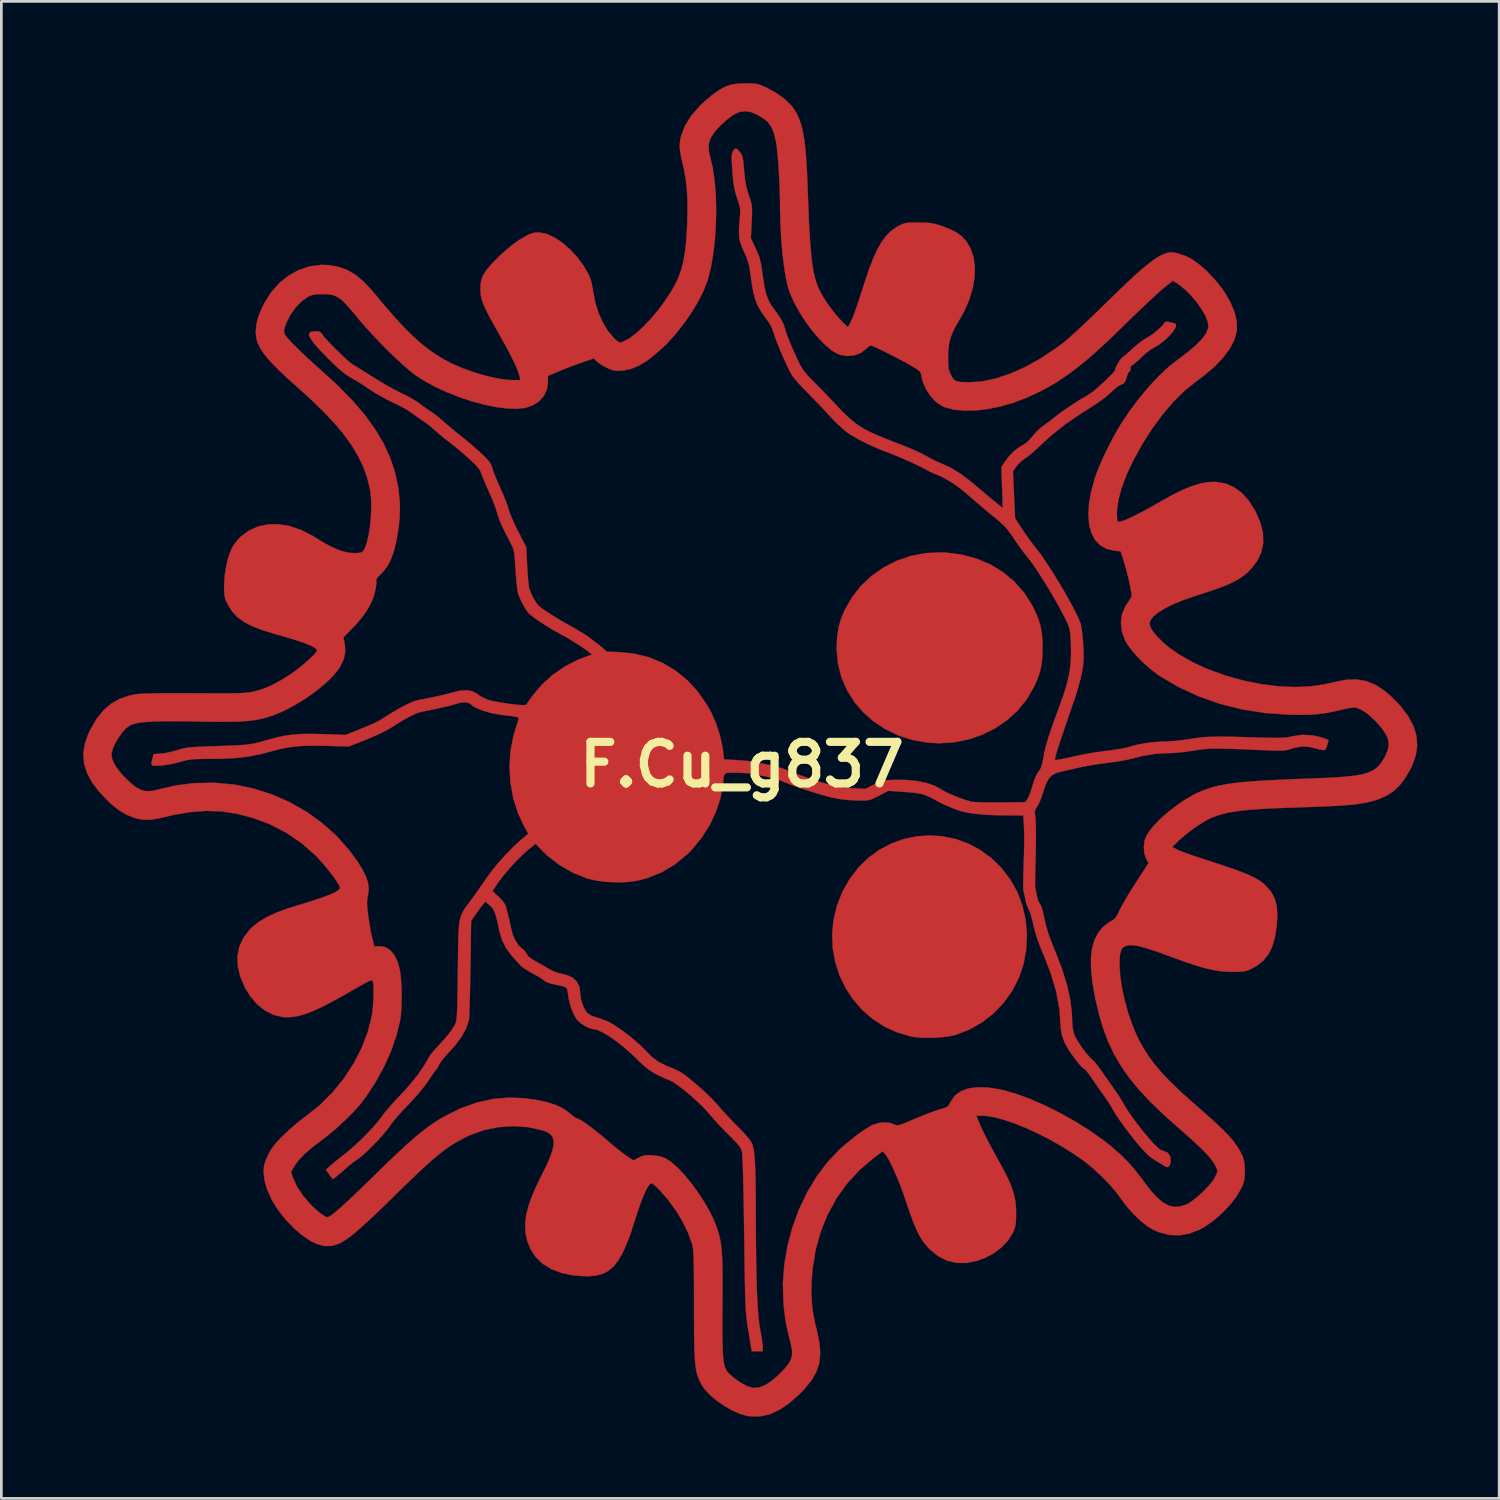
<source format=kicad_pcb>
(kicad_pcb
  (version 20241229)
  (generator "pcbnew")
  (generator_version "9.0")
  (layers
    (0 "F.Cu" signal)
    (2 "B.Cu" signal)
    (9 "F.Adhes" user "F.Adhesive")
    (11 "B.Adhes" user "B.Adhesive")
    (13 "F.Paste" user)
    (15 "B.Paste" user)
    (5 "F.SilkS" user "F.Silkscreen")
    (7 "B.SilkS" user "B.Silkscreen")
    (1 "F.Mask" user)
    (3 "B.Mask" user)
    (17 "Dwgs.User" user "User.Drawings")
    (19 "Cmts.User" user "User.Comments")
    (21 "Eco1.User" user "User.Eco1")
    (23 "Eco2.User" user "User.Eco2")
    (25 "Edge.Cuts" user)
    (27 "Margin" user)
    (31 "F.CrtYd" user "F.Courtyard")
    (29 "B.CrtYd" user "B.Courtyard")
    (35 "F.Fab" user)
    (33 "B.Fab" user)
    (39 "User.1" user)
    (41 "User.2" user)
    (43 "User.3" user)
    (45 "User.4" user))
  (footprint "F.Cu_g837"
    (layer "F.Cu")
    (at 24.149 24.982)
    (property "Reference" "F.Cu_g837" (at 0 0 0) (layer "F.SilkS") (effects (font (size 1.524 1.524) (thickness 0.3))))
    (attr through_hole)
    (fp_poly (pts (xy 7.358 2.627) (xy 7.831 2.725) (xy 8.289 2.89) (xy 8.728 3.122) (xy 9.139 3.421) (xy 9.515 3.789) (xy 9.845 4.219) (xy 10.101 4.679) (xy 10.288 5.178) (xy 10.405 5.703) (xy 10.45 6.243) (xy 10.424 6.785) (xy 10.324 7.318) (xy 10.162 7.799) (xy 9.917 8.281) (xy 9.606 8.719) (xy 9.237 9.108) (xy 8.817 9.439) (xy 8.356 9.705) (xy 7.862 9.898) (xy 7.768 9.925) (xy 7.556 9.967) (xy 7.288 9.997) (xy 6.993 10.013) (xy 6.698 10.014) (xy 6.431 10.001) (xy 6.223 9.972) (xy 5.701 9.821) (xy 5.222 9.601) (xy 4.789 9.32) (xy 4.404 8.984) (xy 4.072 8.601) (xy 3.795 8.178) (xy 3.577 7.72) (xy 3.421 7.236) (xy 3.33 6.732) (xy 3.309 6.214) (xy 3.359 5.691) (xy 3.484 5.168) (xy 3.685 4.659) (xy 3.957 4.181) (xy 4.279 3.764) (xy 4.645 3.409) (xy 5.047 3.118) (xy 5.479 2.891) (xy 5.933 2.727) (xy 6.403 2.629) (xy 6.88 2.595) (xy 7.358 2.627)) (stroke (width 0.01) (type solid)) (fill yes) (layer "F.Cu"))
    (fp_poly (pts (xy 7.469 -7.775) (xy 8.05 -7.702) (xy 8.596 -7.556) (xy 9.103 -7.342) (xy 9.565 -7.062) (xy 9.977 -6.72) (xy 10.334 -6.32) (xy 10.63 -5.865) (xy 10.729 -5.669) (xy 10.855 -5.377) (xy 10.942 -5.11) (xy 10.994 -4.838) (xy 11.019 -4.533) (xy 11.024 -4.276) (xy 11.014 -3.933) (xy 10.982 -3.645) (xy 10.922 -3.38) (xy 10.825 -3.111) (xy 10.708 -2.85) (xy 10.444 -2.397) (xy 10.116 -1.991) (xy 9.731 -1.637) (xy 9.296 -1.339) (xy 8.821 -1.1) (xy 8.311 -0.925) (xy 7.777 -0.818) (xy 7.224 -0.783) (xy 6.802 -0.807) (xy 6.251 -0.905) (xy 5.735 -1.07) (xy 5.258 -1.299) (xy 4.826 -1.585) (xy 4.444 -1.922) (xy 4.117 -2.306) (xy 3.852 -2.731) (xy 3.652 -3.191) (xy 3.524 -3.68) (xy 3.473 -4.194) (xy 3.472 -4.272) (xy 3.49 -4.683) (xy 3.547 -5.045) (xy 3.648 -5.386) (xy 3.77 -5.673) (xy 4.042 -6.145) (xy 4.376 -6.566) (xy 4.767 -6.931) (xy 5.206 -7.236) (xy 5.687 -7.478) (xy 6.202 -7.653) (xy 6.745 -7.755) (xy 7.309 -7.782) (xy 7.469 -7.775)) (stroke (width 0.01) (type solid)) (fill yes) (layer "F.Cu"))
    (fp_poly (pts (xy -0.152 -22.548) (xy -0.077 -22.463) (xy -0.029 -22.398) (xy 0.006 -22.328) (xy 0.031 -22.235) (xy 0.051 -22.101) (xy 0.069 -21.909) (xy 0.079 -21.791) (xy 0.108 -21.496) (xy 0.148 -21.253) (xy 0.203 -21.03) (xy 0.254 -20.87) (xy 0.306 -20.715) (xy 0.342 -20.593) (xy 0.363 -20.482) (xy 0.372 -20.362) (xy 0.371 -20.21) (xy 0.362 -20.004) (xy 0.357 -19.892) (xy 0.327 -19.3) (xy 0.503 -18.929) (xy 0.596 -18.719) (xy 0.659 -18.532) (xy 0.705 -18.331) (xy 0.739 -18.107) (xy 0.786 -17.769) (xy 0.832 -17.5) (xy 0.88 -17.286) (xy 0.937 -17.112) (xy 1.005 -16.961) (xy 1.091 -16.821) (xy 1.173 -16.708) (xy 1.334 -16.487) (xy 1.449 -16.304) (xy 1.53 -16.137) (xy 1.588 -15.963) (xy 1.606 -15.896) (xy 1.642 -15.783) (xy 1.706 -15.613) (xy 1.791 -15.405) (xy 1.889 -15.179) (xy 1.938 -15.071) (xy 2.045 -14.839) (xy 2.13 -14.664) (xy 2.207 -14.528) (xy 2.289 -14.41) (xy 2.39 -14.291) (xy 2.522 -14.151) (xy 2.665 -14.006) (xy 2.873 -13.794) (xy 3.106 -13.553) (xy 3.337 -13.311) (xy 3.532 -13.103) (xy 3.772 -12.855) (xy 3.996 -12.649) (xy 4.22 -12.474) (xy 4.46 -12.32) (xy 4.734 -12.177) (xy 5.058 -12.034) (xy 5.44 -11.883) (xy 5.824 -11.735) (xy 6.139 -11.607) (xy 6.395 -11.497) (xy 6.603 -11.398) (xy 6.773 -11.306) (xy 6.816 -11.281) (xy 6.994 -11.184) (xy 7.194 -11.09) (xy 7.303 -11.046) (xy 7.664 -10.879) (xy 8.039 -10.649) (xy 8.406 -10.367) (xy 8.432 -10.345) (xy 8.596 -10.205) (xy 8.798 -10.036) (xy 9.007 -9.861) (xy 9.153 -9.74) (xy 9.564 -9.403) (xy 9.538 -10.153) (xy 9.512 -10.904) (xy 9.626 -11.084) (xy 9.77 -11.276) (xy 9.947 -11.462) (xy 10.132 -11.616) (xy 10.243 -11.687) (xy 10.358 -11.752) (xy 10.448 -11.817) (xy 10.537 -11.903) (xy 10.646 -12.028) (xy 10.698 -12.09) (xy 10.825 -12.228) (xy 10.967 -12.358) (xy 11.057 -12.427) (xy 11.194 -12.525) (xy 11.352 -12.646) (xy 11.451 -12.726) (xy 11.594 -12.838) (xy 11.783 -12.974) (xy 11.995 -13.12) (xy 12.208 -13.262) (xy 12.401 -13.384) (xy 12.553 -13.472) (xy 12.574 -13.483) (xy 12.709 -13.562) (xy 12.847 -13.657) (xy 12.862 -13.669) (xy 12.973 -13.76) (xy 13.107 -13.88) (xy 13.253 -14.014) (xy 13.395 -14.149) (xy 13.521 -14.273) (xy 13.617 -14.372) (xy 13.668 -14.434) (xy 13.674 -14.445) (xy 13.698 -14.54) (xy 13.759 -14.669) (xy 13.839 -14.8) (xy 13.92 -14.902) (xy 13.954 -14.931) (xy 14.033 -14.994) (xy 14.153 -15.097) (xy 14.294 -15.223) (xy 14.358 -15.282) (xy 14.511 -15.416) (xy 14.666 -15.535) (xy 14.797 -15.622) (xy 14.837 -15.642) (xy 14.95 -15.708) (xy 15.088 -15.807) (xy 15.232 -15.924) (xy 15.361 -16.041) (xy 15.457 -16.142) (xy 15.499 -16.205) (xy 15.531 -16.237) (xy 15.609 -16.237) (xy 15.699 -16.22) (xy 15.815 -16.19) (xy 15.892 -16.163) (xy 15.905 -16.156) (xy 15.919 -16.087) (xy 15.874 -15.981) (xy 15.783 -15.85) (xy 15.657 -15.707) (xy 15.505 -15.563) (xy 15.339 -15.431) (xy 15.171 -15.322) (xy 15.116 -15.293) (xy 14.968 -15.204) (xy 14.801 -15.077) (xy 14.651 -14.941) (xy 14.65 -14.94) (xy 14.525 -14.818) (xy 14.409 -14.717) (xy 14.326 -14.655) (xy 14.317 -14.65) (xy 14.246 -14.588) (xy 14.246 -14.518) (xy 14.242 -14.437) (xy 14.207 -14.41) (xy 14.157 -14.355) (xy 14.118 -14.252) (xy 14.114 -14.23) (xy 14.065 -14.076) (xy 13.987 -13.969) (xy 13.895 -13.928) (xy 13.893 -13.928) (xy 13.834 -13.9) (xy 13.734 -13.827) (xy 13.61 -13.723) (xy 13.569 -13.684) (xy 13.437 -13.565) (xy 13.307 -13.456) (xy 13.165 -13.349) (xy 12.995 -13.232) (xy 12.784 -13.094) (xy 12.515 -12.926) (xy 12.49 -12.91) (xy 11.88 -12.497) (xy 11.314 -12.045) (xy 10.968 -11.726) (xy 10.802 -11.57) (xy 10.635 -11.424) (xy 10.488 -11.305) (xy 10.395 -11.239) (xy 10.25 -11.131) (xy 10.114 -10.998) (xy 10.062 -10.934) (xy 9.935 -10.756) (xy 9.975 -9.891) (xy 10.015 -9.027) (xy 10.289 -8.61) (xy 10.424 -8.41) (xy 10.572 -8.204) (xy 10.709 -8.022) (xy 10.786 -7.927) (xy 10.922 -7.753) (xy 11.081 -7.527) (xy 11.258 -7.261) (xy 11.444 -6.967) (xy 11.633 -6.658) (xy 11.818 -6.345) (xy 11.99 -6.041) (xy 12.144 -5.757) (xy 12.272 -5.506) (xy 12.367 -5.3) (xy 12.422 -5.152) (xy 12.424 -5.144) (xy 12.451 -5.002) (xy 12.478 -4.802) (xy 12.5 -4.57) (xy 12.516 -4.33) (xy 12.517 -4.317) (xy 12.526 -4.062) (xy 12.526 -3.862) (xy 12.515 -3.691) (xy 12.491 -3.52) (xy 12.452 -3.321) (xy 12.448 -3.301) (xy 12.391 -3.062) (xy 12.316 -2.787) (xy 12.234 -2.519) (xy 12.192 -2.392) (xy 12.023 -1.904) (xy 11.881 -1.49) (xy 11.764 -1.147) (xy 11.67 -0.868) (xy 11.599 -0.649) (xy 11.547 -0.485) (xy 11.514 -0.372) (xy 11.498 -0.303) (xy 11.498 -0.303) (xy 11.473 -0.162) (xy 11.653 -0.19) (xy 11.772 -0.213) (xy 11.946 -0.249) (xy 12.145 -0.294) (xy 12.255 -0.32) (xy 12.454 -0.362) (xy 12.709 -0.408) (xy 12.99 -0.454) (xy 13.27 -0.493) (xy 13.356 -0.504) (xy 13.603 -0.537) (xy 13.835 -0.573) (xy 14.033 -0.609) (xy 14.177 -0.641) (xy 14.223 -0.655) (xy 14.46 -0.723) (xy 14.75 -0.78) (xy 15.064 -0.822) (xy 15.369 -0.844) (xy 15.489 -0.847) (xy 15.683 -0.854) (xy 15.927 -0.874) (xy 16.185 -0.904) (xy 16.379 -0.932) (xy 16.578 -0.963) (xy 16.76 -0.988) (xy 16.937 -1.006) (xy 17.122 -1.019) (xy 17.327 -1.025) (xy 17.563 -1.027) (xy 17.844 -1.024) (xy 18.181 -1.016) (xy 18.588 -1.004) (xy 18.711 -1) (xy 19.067 -0.99) (xy 19.35 -0.983) (xy 19.571 -0.981) (xy 19.742 -0.982) (xy 19.876 -0.989) (xy 19.982 -1) (xy 20.074 -1.017) (xy 20.136 -1.032) (xy 20.534 -1.095) (xy 20.932 -1.073) (xy 21.194 -1.012) (xy 21.338 -0.966) (xy 21.447 -0.93) (xy 21.498 -0.909) (xy 21.499 -0.909) (xy 21.497 -0.863) (xy 21.473 -0.771) (xy 21.438 -0.664) (xy 21.401 -0.573) (xy 21.379 -0.537) (xy 21.326 -0.532) (xy 21.215 -0.55) (xy 21.068 -0.587) (xy 21.041 -0.595) (xy 20.764 -0.657) (xy 20.502 -0.661) (xy 20.225 -0.608) (xy 20.09 -0.566) (xy 20.019 -0.544) (xy 19.944 -0.529) (xy 19.851 -0.519) (xy 19.73 -0.514) (xy 19.569 -0.515) (xy 19.356 -0.521) (xy 19.08 -0.532) (xy 18.8 -0.545) (xy 18.365 -0.564) (xy 18.003 -0.578) (xy 17.703 -0.586) (xy 17.452 -0.589) (xy 17.24 -0.586) (xy 17.054 -0.577) (xy 16.884 -0.562) (xy 16.717 -0.541) (xy 16.542 -0.513) (xy 16.51 -0.508) (xy 16.27 -0.472) (xy 16.015 -0.444) (xy 15.783 -0.426) (xy 15.663 -0.423) (xy 15.149 -0.395) (xy 14.649 -0.311) (xy 14.346 -0.233) (xy 14.16 -0.188) (xy 13.92 -0.141) (xy 13.657 -0.098) (xy 13.401 -0.065) (xy 13.394 -0.064) (xy 13.131 -0.031) (xy 12.851 0.012) (xy 12.589 0.058) (xy 12.383 0.101) (xy 12.17 0.151) (xy 11.956 0.199) (xy 11.775 0.239) (xy 11.711 0.253) (xy 11.512 0.31) (xy 11.36 0.395) (xy 11.241 0.522) (xy 11.145 0.705) (xy 11.058 0.958) (xy 11.049 0.987) (xy 10.987 1.179) (xy 10.919 1.356) (xy 10.855 1.49) (xy 10.826 1.536) (xy 10.772 1.614) (xy 10.745 1.685) (xy 10.741 1.778) (xy 10.755 1.919) (xy 10.761 1.968) (xy 10.771 2.098) (xy 10.777 2.296) (xy 10.779 2.549) (xy 10.778 2.842) (xy 10.773 3.158) (xy 10.768 3.344) (xy 10.76 3.639) (xy 10.754 3.907) (xy 10.749 4.135) (xy 10.747 4.313) (xy 10.747 4.427) (xy 10.749 4.466) (xy 10.761 4.528) (xy 10.783 4.646) (xy 10.804 4.763) (xy 10.84 4.914) (xy 10.888 5.042) (xy 10.924 5.101) (xy 10.97 5.186) (xy 11.02 5.341) (xy 11.072 5.552) (xy 11.092 5.652) (xy 11.145 5.886) (xy 11.216 6.131) (xy 11.312 6.404) (xy 11.438 6.726) (xy 11.495 6.865) (xy 11.735 7.486) (xy 11.913 8.06) (xy 12.033 8.594) (xy 12.096 9.096) (xy 12.107 9.408) (xy 12.128 9.671) (xy 12.186 9.901) (xy 12.188 9.907) (xy 12.255 10.044) (xy 12.361 10.216) (xy 12.488 10.402) (xy 12.623 10.58) (xy 12.749 10.728) (xy 12.851 10.825) (xy 12.855 10.828) (xy 12.928 10.899) (xy 13.026 11.016) (xy 13.129 11.155) (xy 13.134 11.162) (xy 13.237 11.31) (xy 13.369 11.498) (xy 13.509 11.698) (xy 13.595 11.819) (xy 13.725 12.008) (xy 13.853 12.202) (xy 13.959 12.374) (xy 14.01 12.464) (xy 14.13 12.663) (xy 14.296 12.906) (xy 14.494 13.174) (xy 14.712 13.451) (xy 14.898 13.673) (xy 15.069 13.866) (xy 15.201 14.002) (xy 15.306 14.09) (xy 15.396 14.141) (xy 15.457 14.161) (xy 15.612 14.231) (xy 15.701 14.354) (xy 15.722 14.524) (xy 15.718 14.556) (xy 15.684 14.696) (xy 15.626 14.757) (xy 15.534 14.742) (xy 15.441 14.684) (xy 15.308 14.596) (xy 15.161 14.511) (xy 15.14 14.501) (xy 15.037 14.431) (xy 14.902 14.318) (xy 14.76 14.181) (xy 14.709 14.127) (xy 14.549 13.947) (xy 14.371 13.73) (xy 14.186 13.495) (xy 14.007 13.257) (xy 13.845 13.032) (xy 13.714 12.837) (xy 13.625 12.688) (xy 13.619 12.678) (xy 13.546 12.55) (xy 13.44 12.382) (xy 13.318 12.2) (xy 13.253 12.107) (xy 13.116 11.915) (xy 12.972 11.708) (xy 12.845 11.521) (xy 12.802 11.457) (xy 12.704 11.319) (xy 12.615 11.212) (xy 12.55 11.153) (xy 12.539 11.147) (xy 12.476 11.102) (xy 12.376 10.993) (xy 12.247 10.832) (xy 12.097 10.626) (xy 11.969 10.442) (xy 11.828 10.185) (xy 11.729 9.909) (xy 11.685 9.646) (xy 11.684 9.597) (xy 11.643 8.976) (xy 11.523 8.328) (xy 11.324 7.652) (xy 11.09 7.051) (xy 10.929 6.66) (xy 10.808 6.322) (xy 10.722 6.022) (xy 10.693 5.898) (xy 10.644 5.694) (xy 10.589 5.505) (xy 10.537 5.356) (xy 10.505 5.289) (xy 10.443 5.15) (xy 10.397 4.984) (xy 10.387 4.929) (xy 10.364 4.792) (xy 10.338 4.684) (xy 10.326 4.653) (xy 10.317 4.592) (xy 10.313 4.46) (xy 10.313 4.27) (xy 10.317 4.036) (xy 10.325 3.769) (xy 10.329 3.658) (xy 10.34 3.353) (xy 10.347 3.045) (xy 10.35 2.757) (xy 10.349 2.507) (xy 10.343 2.319) (xy 10.342 2.297) (xy 10.316 1.863) (xy 9.804 1.861) (xy 9.315 1.854) (xy 8.9 1.835) (xy 8.549 1.803) (xy 8.253 1.757) (xy 8.001 1.696) (xy 7.874 1.654) (xy 7.676 1.577) (xy 7.475 1.491) (xy 7.309 1.412) (xy 7.281 1.397) (xy 7.046 1.272) (xy 6.865 1.18) (xy 6.715 1.116) (xy 6.575 1.073) (xy 6.424 1.045) (xy 6.241 1.024) (xy 6.004 1.006) (xy 5.987 1.004) (xy 5.374 0.959) (xy 5.022 1.14) (xy 4.855 1.224) (xy 4.732 1.277) (xy 4.621 1.305) (xy 4.493 1.316) (xy 4.317 1.317) (xy 4.262 1.316) (xy 4.025 1.306) (xy 3.764 1.284) (xy 3.527 1.254) (xy 3.483 1.246) (xy 3.296 1.206) (xy 3.05 1.141) (xy 2.766 1.059) (xy 2.464 0.965) (xy 2.163 0.865) (xy 1.884 0.768) (xy 1.648 0.678) (xy 1.512 0.62) (xy 1.351 0.558) (xy 1.148 0.497) (xy 0.944 0.448) (xy 0.924 0.444) (xy 0.729 0.406) (xy 0.537 0.369) (xy 0.386 0.34) (xy 0.368 0.336) (xy 0.232 0.318) (xy 0.044 0.304) (xy -0.162 0.297) (xy -0.234 0.296) (xy -0.424 0.296) (xy -0.547 0.305) (xy -0.619 0.338) (xy -0.657 0.411) (xy -0.678 0.538) (xy -0.695 0.72) (xy -0.785 1.223) (xy -0.95 1.727) (xy -1.184 2.22) (xy -1.479 2.685) (xy -1.829 3.11) (xy -2.011 3.293) (xy -2.455 3.657) (xy -2.934 3.943) (xy -3.444 4.152) (xy -3.849 4.257) (xy -4.2 4.304) (xy -4.588 4.317) (xy -4.985 4.298) (xy -5.36 4.247) (xy -5.673 4.171) (xy -6.203 3.959) (xy -6.695 3.676) (xy -7.138 3.332) (xy -7.349 3.125) (xy -7.565 2.898) (xy -7.823 3.11) (xy -8.048 3.311) (xy -8.293 3.555) (xy -8.535 3.819) (xy -8.755 4.08) (xy -8.931 4.315) (xy -8.947 4.339) (xy -9.145 4.636) (xy -8.916 4.847) (xy -8.764 5.005) (xy -8.675 5.144) (xy -8.645 5.228) (xy -8.606 5.382) (xy -8.562 5.552) (xy -8.553 5.588) (xy -8.515 5.747) (xy -8.476 5.932) (xy -8.462 6.009) (xy -8.403 6.226) (xy -8.312 6.433) (xy -8.201 6.608) (xy -8.083 6.726) (xy -8.068 6.735) (xy -7.964 6.828) (xy -7.892 6.937) (xy -7.83 7.026) (xy -7.714 7.121) (xy -7.529 7.231) (xy -7.528 7.231) (xy -7.357 7.326) (xy -7.19 7.421) (xy -7.061 7.498) (xy -7.048 7.506) (xy -6.903 7.58) (xy -6.749 7.633) (xy -6.71 7.641) (xy -6.417 7.712) (xy -6.198 7.816) (xy -6.047 7.959) (xy -5.959 8.146) (xy -5.927 8.384) (xy -5.927 8.409) (xy -5.904 8.585) (xy -5.846 8.783) (xy -5.765 8.966) (xy -5.674 9.1) (xy -5.516 9.209) (xy -5.343 9.265) (xy -5.178 9.313) (xy -4.991 9.384) (xy -4.878 9.436) (xy -4.675 9.553) (xy -4.437 9.714) (xy -4.185 9.9) (xy -3.942 10.096) (xy -3.728 10.284) (xy -3.566 10.449) (xy -3.561 10.454) (xy -3.309 10.71) (xy -3.044 10.904) (xy -2.735 11.056) (xy -2.643 11.092) (xy -2.471 11.162) (xy -2.312 11.238) (xy -2.198 11.303) (xy -2.195 11.305) (xy -1.993 11.455) (xy -1.761 11.644) (xy -1.519 11.854) (xy -1.285 12.069) (xy -1.079 12.272) (xy -0.918 12.445) (xy -0.892 12.476) (xy -0.757 12.633) (xy -0.581 12.825) (xy -0.387 13.03) (xy -0.196 13.225) (xy -0.171 13.25) (xy -0.005 13.42) (xy 0.144 13.583) (xy 0.263 13.723) (xy 0.338 13.826) (xy 0.352 13.851) (xy 0.386 13.937) (xy 0.416 14.041) (xy 0.44 14.17) (xy 0.459 14.331) (xy 0.475 14.532) (xy 0.487 14.78) (xy 0.496 15.082) (xy 0.503 15.445) (xy 0.507 15.877) (xy 0.509 16.386) (xy 0.509 16.489) (xy 0.512 17.232) (xy 0.518 17.896) (xy 0.527 18.483) (xy 0.54 18.998) (xy 0.556 19.447) (xy 0.576 19.832) (xy 0.599 20.158) (xy 0.627 20.43) (xy 0.659 20.652) (xy 0.674 20.734) (xy 0.712 20.936) (xy 0.741 21.126) (xy 0.759 21.277) (xy 0.762 21.338) (xy 0.762 21.505) (xy 0.36 21.505) (xy 0.241 20.775) (xy 0.217 20.63) (xy 0.197 20.499) (xy 0.18 20.374) (xy 0.165 20.248) (xy 0.152 20.114) (xy 0.142 19.963) (xy 0.132 19.788) (xy 0.124 19.582) (xy 0.117 19.337) (xy 0.111 19.046) (xy 0.105 18.702) (xy 0.098 18.296) (xy 0.091 17.822) (xy 0.084 17.271) (xy 0.083 17.187) (xy 0.073 16.541) (xy 0.063 15.969) (xy 0.053 15.471) (xy 0.043 15.051) (xy 0.032 14.709) (xy 0.021 14.447) (xy 0.01 14.267) (xy -0.002 14.169) (xy -0.004 14.161) (xy -0.041 14.071) (xy -0.11 13.967) (xy -0.22 13.837) (xy -0.381 13.671) (xy -0.485 13.568) (xy -0.673 13.379) (xy -0.867 13.175) (xy -1.045 12.979) (xy -1.185 12.816) (xy -1.189 12.81) (xy -1.338 12.642) (xy -1.526 12.453) (xy -1.737 12.256) (xy -1.958 12.063) (xy -2.175 11.886) (xy -2.372 11.738) (xy -2.536 11.63) (xy -2.625 11.586) (xy -2.93 11.455) (xy -3.177 11.332) (xy -3.386 11.202) (xy -3.58 11.05) (xy -3.781 10.863) (xy -3.829 10.815) (xy -4.089 10.567) (xy -4.356 10.336) (xy -4.621 10.129) (xy -4.871 9.954) (xy -5.098 9.818) (xy -5.289 9.73) (xy -5.434 9.695) (xy -5.442 9.695) (xy -5.574 9.666) (xy -5.734 9.592) (xy -5.894 9.489) (xy -6.024 9.376) (xy -6.069 9.322) (xy -6.186 9.109) (xy -6.285 8.844) (xy -6.354 8.56) (xy -6.374 8.426) (xy -6.39 8.304) (xy -6.413 8.221) (xy -6.46 8.167) (xy -6.545 8.129) (xy -6.685 8.095) (xy -6.854 8.063) (xy -7.055 8.013) (xy -7.195 7.956) (xy -7.245 7.92) (xy -7.317 7.863) (xy -7.442 7.783) (xy -7.599 7.694) (xy -7.668 7.657) (xy -7.839 7.56) (xy -7.993 7.46) (xy -8.105 7.372) (xy -8.13 7.347) (xy -8.221 7.246) (xy -8.341 7.113) (xy -8.44 7.003) (xy -8.64 6.732) (xy -8.796 6.423) (xy -8.89 6.111) (xy -8.89 6.108) (xy -8.949 5.813) (xy -9.004 5.588) (xy -9.059 5.421) (xy -9.121 5.297) (xy -9.194 5.204) (xy -9.245 5.157) (xy -9.41 5.022) (xy -9.511 5.146) (xy -9.59 5.249) (xy -9.692 5.388) (xy -9.769 5.498) (xy -9.927 5.725) (xy -9.953 7.487) (xy -9.96 7.87) (xy -9.967 8.231) (xy -9.975 8.559) (xy -9.983 8.845) (xy -9.991 9.08) (xy -9.999 9.254) (xy -10.007 9.357) (xy -10.01 9.377) (xy -10.112 9.674) (xy -10.28 9.979) (xy -10.519 10.299) (xy -10.759 10.564) (xy -10.892 10.711) (xy -11.008 10.856) (xy -11.089 10.975) (xy -11.11 11.016) (xy -11.161 11.121) (xy -11.208 11.189) (xy -11.216 11.196) (xy -11.255 11.24) (xy -11.328 11.34) (xy -11.423 11.478) (xy -11.497 11.59) (xy -11.631 11.776) (xy -11.81 11.999) (xy -12.016 12.236) (xy -12.232 12.467) (xy -12.413 12.658) (xy -12.586 12.848) (xy -12.736 13.023) (xy -12.848 13.163) (xy -12.887 13.219) (xy -13.005 13.38) (xy -13.165 13.572) (xy -13.352 13.78) (xy -13.55 13.986) (xy -13.744 14.177) (xy -13.918 14.335) (xy -14.058 14.444) (xy -14.073 14.454) (xy -14.22 14.557) (xy -14.388 14.688) (xy -14.52 14.801) (xy -14.655 14.92) (xy -14.783 15.03) (xy -14.876 15.105) (xy -14.998 15.198) (xy -15.125 15.025) (xy -15.252 14.853) (xy -15.045 14.668) (xy -14.902 14.547) (xy -14.729 14.406) (xy -14.566 14.28) (xy -14.375 14.126) (xy -14.157 13.932) (xy -13.929 13.714) (xy -13.704 13.488) (xy -13.499 13.268) (xy -13.329 13.071) (xy -13.209 12.912) (xy -13.115 12.784) (xy -12.976 12.615) (xy -12.807 12.423) (xy -12.625 12.225) (xy -12.532 12.129) (xy -12.283 11.86) (xy -12.046 11.579) (xy -11.832 11.301) (xy -11.653 11.041) (xy -11.522 10.816) (xy -11.487 10.745) (xy -11.438 10.667) (xy -11.343 10.548) (xy -11.22 10.404) (xy -11.125 10.301) (xy -10.917 10.074) (xy -10.759 9.888) (xy -10.638 9.726) (xy -10.542 9.571) (xy -10.516 9.525) (xy -10.497 9.484) (xy -10.481 9.433) (xy -10.467 9.365) (xy -10.456 9.271) (xy -10.447 9.145) (xy -10.44 8.976) (xy -10.433 8.758) (xy -10.428 8.483) (xy -10.422 8.141) (xy -10.417 7.727) (xy -10.414 7.556) (xy -10.409 7.1) (xy -10.404 6.719) (xy -10.398 6.405) (xy -10.389 6.148) (xy -10.375 5.938) (xy -10.354 5.768) (xy -10.325 5.627) (xy -10.286 5.507) (xy -10.235 5.398) (xy -10.171 5.291) (xy -10.092 5.178) (xy -9.995 5.048) (xy -9.917 4.943) (xy -9.761 4.729) (xy -9.587 4.484) (xy -9.423 4.248) (xy -9.356 4.149) (xy -9.159 3.88) (xy -8.915 3.585) (xy -8.645 3.285) (xy -8.369 3.004) (xy -8.108 2.764) (xy -8.076 2.737) (xy -7.832 2.533) (xy -7.981 2.265) (xy -8.217 1.76) (xy -8.386 1.215) (xy -8.488 0.645) (xy -8.52 0.064) (xy -8.482 -0.514) (xy -8.373 -1.075) (xy -8.269 -1.408) (xy -8.214 -1.573) (xy -8.193 -1.675) (xy -8.204 -1.728) (xy -8.214 -1.736) (xy -8.278 -1.755) (xy -8.403 -1.775) (xy -8.563 -1.794) (xy -8.606 -1.798) (xy -8.913 -1.837) (xy -9.209 -1.897) (xy -9.477 -1.973) (xy -9.704 -2.06) (xy -9.872 -2.153) (xy -9.946 -2.219) (xy -10.037 -2.27) (xy -10.183 -2.284) (xy -10.362 -2.261) (xy -10.5 -2.222) (xy -10.651 -2.177) (xy -10.877 -2.121) (xy -11.172 -2.055) (xy -11.528 -1.981) (xy -11.726 -1.942) (xy -11.863 -1.905) (xy -12.023 -1.84) (xy -12.218 -1.742) (xy -12.457 -1.606) (xy -12.749 -1.427) (xy -12.869 -1.351) (xy -13.027 -1.261) (xy -13.24 -1.153) (xy -13.483 -1.041) (xy -13.731 -0.935) (xy -13.8 -0.907) (xy -14.413 -0.666) (xy -15.26 -0.688) (xy -15.693 -0.694) (xy -16.06 -0.687) (xy -16.381 -0.664) (xy -16.675 -0.625) (xy -16.961 -0.566) (xy -17.258 -0.487) (xy -17.261 -0.486) (xy -17.672 -0.377) (xy -18.076 -0.299) (xy -18.497 -0.247) (xy -18.957 -0.219) (xy -19.404 -0.212) (xy -19.695 -0.211) (xy -19.917 -0.207) (xy -20.089 -0.2) (xy -20.227 -0.186) (xy -20.347 -0.166) (xy -20.468 -0.136) (xy -20.576 -0.105) (xy -20.782 -0.051) (xy -21.003 -0.007) (xy -21.219 0.025) (xy -21.407 0.041) (xy -21.548 0.041) (xy -21.604 0.03) (xy -21.64 0.002) (xy -21.646 -0.055) (xy -21.623 -0.167) (xy -21.617 -0.19) (xy -21.567 -0.386) (xy -21.314 -0.402) (xy -21.151 -0.423) (xy -20.947 -0.465) (xy -20.741 -0.519) (xy -20.701 -0.531) (xy -20.586 -0.567) (xy -20.479 -0.594) (xy -20.367 -0.616) (xy -20.238 -0.633) (xy -20.078 -0.646) (xy -19.874 -0.657) (xy -19.614 -0.668) (xy -19.283 -0.679) (xy -19.241 -0.68) (xy -18.883 -0.692) (xy -18.595 -0.703) (xy -18.363 -0.716) (xy -18.171 -0.733) (xy -18.004 -0.755) (xy -17.848 -0.784) (xy -17.689 -0.822) (xy -17.51 -0.871) (xy -17.378 -0.909) (xy -17.059 -0.995) (xy -16.766 -1.058) (xy -16.478 -1.099) (xy -16.173 -1.122) (xy -15.83 -1.129) (xy -15.427 -1.121) (xy -15.361 -1.119) (xy -14.528 -1.089) (xy -13.963 -1.314) (xy -13.744 -1.405) (xy -13.538 -1.496) (xy -13.365 -1.578) (xy -13.247 -1.641) (xy -13.229 -1.652) (xy -12.905 -1.86) (xy -12.601 -2.039) (xy -12.327 -2.186) (xy -12.094 -2.294) (xy -11.913 -2.358) (xy -11.865 -2.368) (xy -11.618 -2.413) (xy -11.352 -2.467) (xy -11.092 -2.524) (xy -10.86 -2.578) (xy -10.68 -2.626) (xy -10.635 -2.639) (xy -10.337 -2.714) (xy -10.09 -2.731) (xy -9.88 -2.69) (xy -9.695 -2.589) (xy -9.653 -2.555) (xy -9.539 -2.482) (xy -9.383 -2.408) (xy -9.27 -2.367) (xy -9.136 -2.333) (xy -8.958 -2.297) (xy -8.754 -2.263) (xy -8.539 -2.231) (xy -8.332 -2.205) (xy -8.15 -2.187) (xy -8.009 -2.179) (xy -7.928 -2.184) (xy -7.917 -2.189) (xy -7.88 -2.238) (xy -7.81 -2.336) (xy -7.718 -2.466) (xy -7.696 -2.498) (xy -7.35 -2.918) (xy -6.941 -3.29) (xy -6.48 -3.607) (xy -5.979 -3.86) (xy -5.656 -3.979) (xy -5.49 -4.033) (xy -5.592 -4.115) (xy -5.74 -4.225) (xy -5.937 -4.359) (xy -6.158 -4.501) (xy -6.378 -4.635) (xy -6.572 -4.745) (xy -6.646 -4.784) (xy -6.816 -4.875) (xy -7.015 -4.992) (xy -7.224 -5.123) (xy -7.427 -5.256) (xy -7.606 -5.38) (xy -7.744 -5.485) (xy -7.817 -5.551) (xy -7.914 -5.68) (xy -8.019 -5.857) (xy -8.118 -6.052) (xy -8.192 -6.231) (xy -8.209 -6.287) (xy -8.228 -6.386) (xy -8.249 -6.552) (xy -8.27 -6.765) (xy -8.289 -7.006) (xy -8.298 -7.154) (xy -8.316 -7.426) (xy -8.333 -7.628) (xy -8.352 -7.778) (xy -8.376 -7.89) (xy -8.408 -7.98) (xy -8.438 -8.043) (xy -8.501 -8.167) (xy -8.588 -8.337) (xy -8.685 -8.525) (xy -8.731 -8.615) (xy -8.822 -8.807) (xy -8.901 -9) (xy -8.957 -9.164) (xy -8.972 -9.223) (xy -9.008 -9.348) (xy -9.072 -9.526) (xy -9.155 -9.735) (xy -9.25 -9.954) (xy -9.265 -9.985) (xy -9.36 -10.196) (xy -9.446 -10.395) (xy -9.514 -10.561) (xy -9.555 -10.675) (xy -9.559 -10.689) (xy -9.595 -10.777) (xy -9.659 -10.873) (xy -9.763 -10.989) (xy -9.916 -11.138) (xy -10.016 -11.229) (xy -10.208 -11.399) (xy -10.415 -11.575) (xy -10.611 -11.735) (xy -10.747 -11.84) (xy -10.926 -11.978) (xy -11.112 -12.13) (xy -11.271 -12.268) (xy -11.303 -12.298) (xy -11.432 -12.413) (xy -11.552 -12.511) (xy -11.638 -12.57) (xy -11.642 -12.571) (xy -11.724 -12.622) (xy -11.85 -12.709) (xy -11.996 -12.815) (xy -12.044 -12.851) (xy -12.234 -12.981) (xy -12.459 -13.111) (xy -12.672 -13.217) (xy -12.689 -13.225) (xy -12.919 -13.334) (xy -13.187 -13.477) (xy -13.461 -13.638) (xy -13.713 -13.798) (xy -13.843 -13.889) (xy -13.926 -13.944) (xy -14.061 -14.027) (xy -14.223 -14.123) (xy -14.304 -14.169) (xy -14.466 -14.269) (xy -14.621 -14.381) (xy -14.787 -14.52) (xy -14.978 -14.699) (xy -15.191 -14.91) (xy -15.43 -15.157) (xy -15.612 -15.356) (xy -15.741 -15.515) (xy -15.823 -15.64) (xy -15.865 -15.741) (xy -15.873 -15.797) (xy -15.838 -15.846) (xy -15.748 -15.877) (xy -15.633 -15.889) (xy -15.52 -15.88) (xy -15.439 -15.847) (xy -15.422 -15.826) (xy -15.363 -15.74) (xy -15.255 -15.612) (xy -15.11 -15.454) (xy -14.941 -15.281) (xy -14.761 -15.104) (xy -14.586 -14.938) (xy -14.426 -14.796) (xy -14.297 -14.691) (xy -14.235 -14.649) (xy -14.11 -14.574) (xy -13.934 -14.466) (xy -13.728 -14.337) (xy -13.512 -14.201) (xy -13.441 -14.156) (xy -13.205 -14.012) (xy -12.951 -13.865) (xy -12.707 -13.731) (xy -12.499 -13.626) (xy -12.467 -13.611) (xy -12.263 -13.509) (xy -12.059 -13.395) (xy -11.886 -13.287) (xy -11.811 -13.233) (xy -11.657 -13.118) (xy -11.495 -13.004) (xy -11.388 -12.934) (xy -11.256 -12.842) (xy -11.1 -12.719) (xy -10.963 -12.599) (xy -10.835 -12.486) (xy -10.663 -12.341) (xy -10.47 -12.182) (xy -10.285 -12.035) (xy -10.08 -11.869) (xy -9.862 -11.685) (xy -9.66 -11.507) (xy -9.522 -11.379) (xy -9.367 -11.225) (xy -9.264 -11.106) (xy -9.2 -11.005) (xy -9.16 -10.903) (xy -9.151 -10.868) (xy -9.114 -10.754) (xy -9.049 -10.585) (xy -8.965 -10.381) (xy -8.87 -10.166) (xy -8.852 -10.127) (xy -8.755 -9.908) (xy -8.668 -9.694) (xy -8.598 -9.507) (xy -8.555 -9.371) (xy -8.551 -9.356) (xy -8.512 -9.233) (xy -8.441 -9.057) (xy -8.348 -8.848) (xy -8.241 -8.627) (xy -8.203 -8.551) (xy -7.909 -7.98) (xy -7.872 -7.281) (xy -7.857 -7.037) (xy -7.84 -6.813) (xy -7.823 -6.628) (xy -7.806 -6.5) (xy -7.797 -6.455) (xy -7.734 -6.289) (xy -7.646 -6.11) (xy -7.55 -5.948) (xy -7.461 -5.832) (xy -7.444 -5.816) (xy -7.334 -5.729) (xy -7.166 -5.614) (xy -6.959 -5.48) (xy -6.731 -5.339) (xy -6.498 -5.202) (xy -6.279 -5.081) (xy -6.248 -5.065) (xy -5.682 -4.727) (xy -5.183 -4.344) (xy -5.153 -4.318) (xy -4.951 -4.14) (xy -4.497 -4.126) (xy -3.931 -4.067) (xy -3.392 -3.931) (xy -2.885 -3.719) (xy -2.415 -3.434) (xy -1.986 -3.081) (xy -1.604 -2.661) (xy -1.272 -2.179) (xy -1.116 -1.894) (xy -0.947 -1.506) (xy -0.81 -1.09) (xy -0.716 -0.683) (xy -0.688 -0.487) (xy -0.656 -0.191) (xy -0.191 -0.166) (xy 0.026 -0.151) (xy 0.235 -0.131) (xy 0.407 -0.108) (xy 0.487 -0.094) (xy 0.634 -0.063) (xy 0.825 -0.024) (xy 1.023 0.015) (xy 1.046 0.02) (xy 1.267 0.073) (xy 1.51 0.147) (xy 1.724 0.227) (xy 1.955 0.32) (xy 2.234 0.422) (xy 2.538 0.527) (xy 2.842 0.626) (xy 3.122 0.71) (xy 3.353 0.773) (xy 3.397 0.783) (xy 3.572 0.815) (xy 3.793 0.843) (xy 4.022 0.864) (xy 4.106 0.869) (xy 4.531 0.89) (xy 4.834 0.731) (xy 4.979 0.658) (xy 5.096 0.61) (xy 5.212 0.582) (xy 5.356 0.567) (xy 5.555 0.558) (xy 5.576 0.557) (xy 6.003 0.56) (xy 6.399 0.598) (xy 6.752 0.667) (xy 7.05 0.765) (xy 7.28 0.889) (xy 7.296 0.901) (xy 7.413 0.972) (xy 7.588 1.057) (xy 7.797 1.147) (xy 8.017 1.233) (xy 8.224 1.304) (xy 8.395 1.352) (xy 8.406 1.355) (xy 8.519 1.369) (xy 8.701 1.379) (xy 8.937 1.386) (xy 9.214 1.389) (xy 9.499 1.387) (xy 10.384 1.376) (xy 10.462 1.27) (xy 10.512 1.177) (xy 10.57 1.032) (xy 10.624 0.865) (xy 10.627 0.852) (xy 10.713 0.578) (xy 10.8 0.373) (xy 10.896 0.22) (xy 10.921 0.191) (xy 10.966 0.103) (xy 11.01 -0.044) (xy 11.047 -0.229) (xy 11.047 -0.233) (xy 11.088 -0.452) (xy 11.149 -0.699) (xy 11.233 -0.984) (xy 11.343 -1.318) (xy 11.483 -1.711) (xy 11.605 -2.041) (xy 11.752 -2.447) (xy 11.866 -2.795) (xy 11.95 -3.102) (xy 12.008 -3.385) (xy 12.044 -3.661) (xy 12.062 -3.949) (xy 12.065 -4.172) (xy 12.058 -4.522) (xy 12.037 -4.8) (xy 12.004 -5.001) (xy 12.002 -5.008) (xy 11.952 -5.145) (xy 11.862 -5.34) (xy 11.739 -5.58) (xy 11.59 -5.853) (xy 11.423 -6.146) (xy 11.245 -6.447) (xy 11.063 -6.744) (xy 10.884 -7.024) (xy 10.717 -7.274) (xy 10.567 -7.483) (xy 10.466 -7.612) (xy 10.346 -7.763) (xy 10.203 -7.956) (xy 10.056 -8.164) (xy 9.962 -8.303) (xy 9.84 -8.481) (xy 9.73 -8.626) (xy 9.614 -8.755) (xy 9.474 -8.887) (xy 9.293 -9.041) (xy 9.176 -9.136) (xy 8.965 -9.309) (xy 8.746 -9.493) (xy 8.54 -9.668) (xy 8.373 -9.815) (xy 8.346 -9.84) (xy 8.028 -10.106) (xy 7.705 -10.337) (xy 7.397 -10.519) (xy 7.17 -10.622) (xy 7.019 -10.684) (xy 6.885 -10.744) (xy 6.816 -10.78) (xy 6.658 -10.866) (xy 6.444 -10.973) (xy 6.192 -11.09) (xy 5.925 -11.21) (xy 5.664 -11.321) (xy 5.43 -11.415) (xy 5.334 -11.451) (xy 4.96 -11.597) (xy 4.593 -11.763) (xy 4.253 -11.937) (xy 3.964 -12.109) (xy 3.831 -12.201) (xy 3.702 -12.307) (xy 3.538 -12.457) (xy 3.362 -12.631) (xy 3.196 -12.806) (xy 3.011 -13.007) (xy 2.793 -13.237) (xy 2.571 -13.467) (xy 2.384 -13.656) (xy 2.219 -13.827) (xy 2.065 -13.993) (xy 1.94 -14.138) (xy 1.856 -14.244) (xy 1.844 -14.262) (xy 1.768 -14.398) (xy 1.672 -14.593) (xy 1.564 -14.825) (xy 1.453 -15.076) (xy 1.348 -15.325) (xy 1.259 -15.551) (xy 1.193 -15.734) (xy 1.169 -15.815) (xy 1.108 -15.987) (xy 1.024 -16.155) (xy 0.974 -16.232) (xy 0.805 -16.461) (xy 0.673 -16.661) (xy 0.571 -16.85) (xy 0.493 -17.046) (xy 0.431 -17.267) (xy 0.379 -17.53) (xy 0.33 -17.854) (xy 0.315 -17.971) (xy 0.275 -18.227) (xy 0.227 -18.43) (xy 0.164 -18.61) (xy 0.106 -18.74) (xy 0.000016 -18.976) (xy -0.068 -19.182) (xy -0.102 -19.386) (xy -0.107 -19.615) (xy -0.088 -19.898) (xy -0.087 -19.916) (xy -0.068 -20.12) (xy -0.061 -20.268) (xy -0.068 -20.385) (xy -0.091 -20.5) (xy -0.134 -20.639) (xy -0.175 -20.759) (xy -0.232 -20.94) (xy -0.275 -21.112) (xy -0.306 -21.298) (xy -0.331 -21.524) (xy -0.35 -21.765) (xy -0.366 -22.012) (xy -0.375 -22.189) (xy -0.375 -22.312) (xy -0.366 -22.395) (xy -0.347 -22.454) (xy -0.323 -22.498) (xy -0.264 -22.575) (xy -0.214 -22.593) (xy -0.152 -22.548)) (stroke (width 0.01) (type solid)) (fill yes) (layer "F.Cu"))
    (fp_poly (pts (xy 0.342 -24.975) (xy 0.487 -24.966) (xy 0.604 -24.944) (xy 0.721 -24.902) (xy 0.866 -24.836) (xy 0.912 -24.813) (xy 1.286 -24.606) (xy 1.595 -24.38) (xy 1.831 -24.142) (xy 1.925 -24.011) (xy 2.023 -23.84) (xy 2.106 -23.655) (xy 2.176 -23.448) (xy 2.235 -23.21) (xy 2.284 -22.933) (xy 2.324 -22.608) (xy 2.356 -22.227) (xy 2.383 -21.781) (xy 2.406 -21.263) (xy 2.413 -21.061) (xy 2.435 -20.449) (xy 2.457 -19.915) (xy 2.482 -19.451) (xy 2.509 -19.05) (xy 2.539 -18.705) (xy 2.573 -18.409) (xy 2.612 -18.154) (xy 2.658 -17.934) (xy 2.709 -17.741) (xy 2.769 -17.568) (xy 2.837 -17.408) (xy 2.849 -17.383) (xy 2.978 -17.147) (xy 3.152 -16.881) (xy 3.351 -16.613) (xy 3.555 -16.368) (xy 3.697 -16.219) (xy 3.888 -16.034) (xy 3.976 -16.206) (xy 4.024 -16.305) (xy 4.072 -16.417) (xy 4.125 -16.552) (xy 4.185 -16.721) (xy 4.258 -16.935) (xy 4.346 -17.206) (xy 4.455 -17.544) (xy 4.485 -17.641) (xy 4.65 -18.13) (xy 4.808 -18.542) (xy 4.964 -18.885) (xy 5.124 -19.166) (xy 5.291 -19.391) (xy 5.469 -19.569) (xy 5.663 -19.706) (xy 5.743 -19.75) (xy 5.856 -19.805) (xy 5.954 -19.841) (xy 6.058 -19.862) (xy 6.193 -19.871) (xy 6.38 -19.874) (xy 6.477 -19.874) (xy 6.712 -19.87) (xy 6.89 -19.858) (xy 7.042 -19.833) (xy 7.194 -19.791) (xy 7.296 -19.758) (xy 7.613 -19.637) (xy 7.86 -19.514) (xy 8.053 -19.375) (xy 8.208 -19.211) (xy 8.337 -19.009) (xy 8.372 -18.943) (xy 8.488 -18.627) (xy 8.54 -18.267) (xy 8.531 -17.876) (xy 8.462 -17.464) (xy 8.335 -17.043) (xy 8.151 -16.624) (xy 8.014 -16.379) (xy 7.847 -16.091) (xy 7.725 -15.848) (xy 7.642 -15.63) (xy 7.592 -15.415) (xy 7.566 -15.181) (xy 7.56 -14.965) (xy 7.56 -14.751) (xy 7.568 -14.598) (xy 7.585 -14.484) (xy 7.617 -14.386) (xy 7.662 -14.288) (xy 7.726 -14.175) (xy 7.792 -14.099) (xy 7.881 -14.053) (xy 8.01 -14.028) (xy 8.197 -14.018) (xy 8.303 -14.017) (xy 8.787 -14.048) (xy 9.301 -14.155) (xy 9.837 -14.332) (xy 10.39 -14.579) (xy 10.952 -14.893) (xy 11.519 -15.27) (xy 11.775 -15.46) (xy 11.899 -15.562) (xy 12.072 -15.715) (xy 12.286 -15.909) (xy 12.529 -16.135) (xy 12.792 -16.385) (xy 13.065 -16.647) (xy 13.295 -16.872) (xy 13.701 -17.268) (xy 14.054 -17.607) (xy 14.36 -17.892) (xy 14.624 -18.129) (xy 14.852 -18.321) (xy 15.049 -18.473) (xy 15.221 -18.59) (xy 15.371 -18.676) (xy 15.507 -18.735) (xy 15.564 -18.754) (xy 15.679 -18.779) (xy 15.794 -18.779) (xy 15.943 -18.751) (xy 16.005 -18.735) (xy 16.26 -18.651) (xy 16.502 -18.527) (xy 16.748 -18.353) (xy 17.014 -18.119) (xy 17.102 -18.034) (xy 17.427 -17.679) (xy 17.698 -17.316) (xy 17.909 -16.952) (xy 18.058 -16.597) (xy 18.138 -16.26) (xy 18.147 -15.949) (xy 18.143 -15.91) (xy 18.059 -15.588) (xy 17.892 -15.257) (xy 17.642 -14.92) (xy 17.312 -14.577) (xy 16.901 -14.23) (xy 16.637 -14.035) (xy 16.23 -13.708) (xy 15.823 -13.307) (xy 15.424 -12.841) (xy 15.039 -12.319) (xy 14.677 -11.752) (xy 14.346 -11.149) (xy 14.343 -11.143) (xy 14.097 -10.615) (xy 13.915 -10.128) (xy 13.799 -9.685) (xy 13.748 -9.289) (xy 13.75 -9.067) (xy 13.762 -8.954) (xy 13.786 -8.906) (xy 13.843 -8.903) (xy 13.898 -8.914) (xy 14.023 -8.955) (xy 14.21 -9.036) (xy 14.447 -9.152) (xy 14.727 -9.298) (xy 15.037 -9.468) (xy 15.327 -9.634) (xy 15.763 -9.877) (xy 16.145 -10.067) (xy 16.482 -10.208) (xy 16.785 -10.302) (xy 17.063 -10.354) (xy 17.325 -10.367) (xy 17.376 -10.365) (xy 17.724 -10.307) (xy 18.045 -10.169) (xy 18.336 -9.952) (xy 18.598 -9.657) (xy 18.829 -9.284) (xy 18.834 -9.275) (xy 19.009 -8.87) (xy 19.101 -8.487) (xy 19.112 -8.124) (xy 19.041 -7.782) (xy 18.888 -7.462) (xy 18.661 -7.171) (xy 18.522 -7.034) (xy 18.375 -6.912) (xy 18.209 -6.8) (xy 18.016 -6.695) (xy 17.783 -6.589) (xy 17.502 -6.48) (xy 17.161 -6.36) (xy 16.75 -6.227) (xy 16.66 -6.198) (xy 16.225 -6.049) (xy 15.845 -5.896) (xy 15.526 -5.74) (xy 15.271 -5.585) (xy 15.086 -5.434) (xy 14.975 -5.29) (xy 14.944 -5.171) (xy 14.979 -5.036) (xy 15.08 -4.87) (xy 15.236 -4.683) (xy 15.439 -4.483) (xy 15.68 -4.281) (xy 15.95 -4.087) (xy 15.986 -4.063) (xy 16.506 -3.763) (xy 17.086 -3.498) (xy 17.709 -3.272) (xy 18.359 -3.089) (xy 19.018 -2.954) (xy 19.67 -2.871) (xy 20.299 -2.844) (xy 20.822 -2.869) (xy 21.076 -2.901) (xy 21.352 -2.947) (xy 21.61 -2.999) (xy 21.741 -3.031) (xy 22.16 -3.113) (xy 22.542 -3.124) (xy 22.897 -3.061) (xy 23.236 -2.92) (xy 23.569 -2.7) (xy 23.784 -2.517) (xy 24.144 -2.148) (xy 24.421 -1.785) (xy 24.615 -1.424) (xy 24.727 -1.065) (xy 24.757 -0.704) (xy 24.705 -0.34) (xy 24.574 0.031) (xy 24.493 0.192) (xy 24.298 0.518) (xy 24.101 0.774) (xy 23.887 0.974) (xy 23.643 1.131) (xy 23.408 1.239) (xy 23.246 1.299) (xy 23.074 1.35) (xy 22.885 1.393) (xy 22.67 1.43) (xy 22.419 1.462) (xy 22.126 1.489) (xy 21.78 1.512) (xy 21.374 1.533) (xy 20.899 1.551) (xy 20.447 1.566) (xy 19.882 1.585) (xy 19.393 1.606) (xy 18.972 1.629) (xy 18.611 1.656) (xy 18.3 1.687) (xy 18.033 1.724) (xy 17.799 1.767) (xy 17.592 1.818) (xy 17.402 1.877) (xy 17.221 1.946) (xy 17.209 1.951) (xy 17.004 2.053) (xy 16.762 2.202) (xy 16.504 2.382) (xy 16.25 2.579) (xy 16.023 2.777) (xy 15.978 2.821) (xy 15.775 3.017) (xy 15.963 3.116) (xy 16.062 3.16) (xy 16.225 3.223) (xy 16.438 3.3) (xy 16.682 3.384) (xy 16.943 3.469) (xy 16.954 3.473) (xy 17.414 3.621) (xy 17.8 3.75) (xy 18.121 3.862) (xy 18.386 3.962) (xy 18.603 4.052) (xy 18.781 4.137) (xy 18.928 4.22) (xy 19.051 4.305) (xy 19.16 4.395) (xy 19.213 4.444) (xy 19.398 4.657) (xy 19.527 4.893) (xy 19.603 5.165) (xy 19.629 5.484) (xy 19.61 5.864) (xy 19.607 5.897) (xy 19.543 6.315) (xy 19.444 6.663) (xy 19.306 6.948) (xy 19.122 7.18) (xy 18.889 7.368) (xy 18.669 7.488) (xy 18.554 7.538) (xy 18.448 7.57) (xy 18.326 7.587) (xy 18.164 7.595) (xy 17.971 7.596) (xy 17.73 7.588) (xy 17.491 7.565) (xy 17.243 7.522) (xy 16.971 7.459) (xy 16.665 7.37) (xy 16.312 7.253) (xy 15.899 7.106) (xy 15.699 7.032) (xy 15.303 6.888) (xy 14.976 6.776) (xy 14.708 6.696) (xy 14.493 6.645) (xy 14.321 6.622) (xy 14.183 6.623) (xy 14.081 6.645) (xy 13.983 6.694) (xy 13.915 6.774) (xy 13.872 6.899) (xy 13.849 7.081) (xy 13.843 7.33) (xy 13.866 7.722) (xy 13.93 8.162) (xy 14.03 8.628) (xy 14.16 9.097) (xy 14.315 9.548) (xy 14.487 9.957) (xy 14.565 10.112) (xy 14.733 10.414) (xy 14.919 10.702) (xy 15.129 10.985) (xy 15.372 11.273) (xy 15.655 11.574) (xy 15.987 11.898) (xy 16.375 12.252) (xy 16.726 12.56) (xy 17.092 12.881) (xy 17.397 13.158) (xy 17.647 13.397) (xy 17.848 13.605) (xy 18.007 13.789) (xy 18.131 13.956) (xy 18.168 14.012) (xy 18.292 14.222) (xy 18.372 14.396) (xy 18.416 14.566) (xy 18.434 14.763) (xy 18.436 14.901) (xy 18.432 15.095) (xy 18.415 15.239) (xy 18.378 15.368) (xy 18.313 15.517) (xy 18.304 15.536) (xy 18.131 15.832) (xy 17.895 16.136) (xy 17.615 16.431) (xy 17.31 16.7) (xy 16.997 16.924) (xy 16.787 17.042) (xy 16.404 17.192) (xy 16.027 17.257) (xy 15.653 17.239) (xy 15.275 17.137) (xy 15.073 17.049) (xy 14.855 16.916) (xy 14.615 16.723) (xy 14.368 16.488) (xy 14.132 16.225) (xy 13.923 15.952) (xy 13.885 15.896) (xy 13.693 15.639) (xy 13.447 15.358) (xy 13.166 15.07) (xy 12.868 14.797) (xy 12.572 14.556) (xy 12.531 14.524) (xy 12.136 14.249) (xy 11.713 13.986) (xy 11.274 13.738) (xy 10.829 13.512) (xy 10.39 13.312) (xy 9.968 13.143) (xy 9.574 13.011) (xy 9.219 12.919) (xy 8.915 12.874) (xy 8.809 12.869) (xy 8.595 12.869) (xy 8.678 13.08) (xy 8.764 13.281) (xy 8.884 13.532) (xy 9.041 13.838) (xy 9.237 14.204) (xy 9.452 14.593) (xy 9.647 14.956) (xy 9.798 15.266) (xy 9.908 15.538) (xy 9.984 15.788) (xy 10.029 16.032) (xy 10.05 16.285) (xy 10.052 16.447) (xy 10.049 16.664) (xy 10.039 16.821) (xy 10.018 16.942) (xy 9.982 17.053) (xy 9.938 17.156) (xy 9.767 17.434) (xy 9.526 17.691) (xy 9.23 17.914) (xy 8.893 18.093) (xy 8.64 18.185) (xy 8.244 18.268) (xy 7.874 18.269) (xy 7.526 18.188) (xy 7.203 18.027) (xy 6.903 17.784) (xy 6.879 17.761) (xy 6.741 17.61) (xy 6.618 17.447) (xy 6.505 17.26) (xy 6.395 17.038) (xy 6.282 16.768) (xy 6.161 16.438) (xy 6.039 16.078) (xy 5.913 15.712) (xy 5.781 15.36) (xy 5.648 15.035) (xy 5.52 14.749) (xy 5.403 14.513) (xy 5.3 14.339) (xy 5.25 14.272) (xy 5.164 14.172) (xy 4.836 14.416) (xy 4.32 14.854) (xy 3.864 15.347) (xy 3.473 15.892) (xy 3.147 16.485) (xy 2.889 17.12) (xy 2.702 17.794) (xy 2.588 18.503) (xy 2.554 18.944) (xy 2.546 19.362) (xy 2.564 19.74) (xy 2.61 20.112) (xy 2.689 20.509) (xy 2.754 20.774) (xy 2.843 21.205) (xy 2.872 21.586) (xy 2.835 21.932) (xy 2.731 22.254) (xy 2.555 22.566) (xy 2.303 22.88) (xy 2.105 23.084) (xy 1.741 23.405) (xy 1.389 23.645) (xy 1.044 23.806) (xy 0.702 23.889) (xy 0.359 23.897) (xy 0.2 23.876) (xy -0.067 23.802) (xy -0.356 23.675) (xy -0.648 23.508) (xy -0.927 23.314) (xy -1.174 23.104) (xy -1.372 22.891) (xy -1.491 22.713) (xy -1.547 22.599) (xy -1.595 22.489) (xy -1.635 22.375) (xy -1.668 22.248) (xy -1.694 22.102) (xy -1.714 21.927) (xy -1.73 21.716) (xy -1.741 21.46) (xy -1.748 21.152) (xy -1.752 20.783) (xy -1.755 20.346) (xy -1.756 19.833) (xy -1.756 19.358) (xy -1.758 18.96) (xy -1.76 18.63) (xy -1.763 18.362) (xy -1.768 18.146) (xy -1.775 17.975) (xy -1.783 17.842) (xy -1.794 17.737) (xy -1.807 17.654) (xy -1.823 17.583) (xy -1.833 17.547) (xy -1.977 17.155) (xy -2.181 16.741) (xy -2.431 16.33) (xy -2.713 15.944) (xy -2.992 15.625) (xy -3.133 15.483) (xy -3.229 15.396) (xy -3.293 15.354) (xy -3.337 15.35) (xy -3.364 15.366) (xy -3.436 15.457) (xy -3.524 15.619) (xy -3.623 15.842) (xy -3.728 16.115) (xy -3.836 16.427) (xy -3.911 16.663) (xy -4.069 17.155) (xy -4.223 17.568) (xy -4.377 17.909) (xy -4.536 18.183) (xy -4.706 18.396) (xy -4.891 18.554) (xy -5.097 18.663) (xy -5.329 18.728) (xy -5.59 18.755) (xy -5.706 18.757) (xy -6.183 18.725) (xy -6.611 18.636) (xy -6.986 18.493) (xy -7.304 18.298) (xy -7.56 18.054) (xy -7.746 17.767) (xy -7.867 17.468) (xy -7.934 17.161) (xy -7.947 16.839) (xy -7.905 16.494) (xy -7.806 16.117) (xy -7.649 15.699) (xy -7.433 15.233) (xy -7.373 15.115) (xy -7.184 14.733) (xy -7.042 14.414) (xy -6.948 14.151) (xy -6.901 13.939) (xy -6.901 13.769) (xy -6.949 13.636) (xy -7.043 13.532) (xy -7.184 13.452) (xy -7.329 13.401) (xy -7.848 13.289) (xy -8.386 13.253) (xy -8.93 13.291) (xy -9.464 13.402) (xy -9.972 13.584) (xy -10.13 13.659) (xy -10.337 13.767) (xy -10.533 13.879) (xy -10.725 14.002) (xy -10.92 14.14) (xy -11.127 14.302) (xy -11.353 14.492) (xy -11.604 14.717) (xy -11.891 14.983) (xy -12.218 15.297) (xy -12.595 15.665) (xy -12.679 15.747) (xy -13.068 16.128) (xy -13.404 16.452) (xy -13.693 16.724) (xy -13.941 16.95) (xy -14.153 17.135) (xy -14.334 17.282) (xy -14.492 17.398) (xy -14.63 17.487) (xy -14.755 17.553) (xy -14.771 17.561) (xy -15.024 17.641) (xy -15.282 17.651) (xy -15.551 17.587) (xy -15.835 17.45) (xy -16.141 17.236) (xy -16.395 17.018) (xy -16.732 16.673) (xy -17.017 16.309) (xy -17.246 15.936) (xy -17.412 15.565) (xy -17.509 15.206) (xy -17.533 14.936) (xy -17.527 14.774) (xy -17.503 14.637) (xy -17.453 14.492) (xy -17.376 14.323) (xy -17.291 14.161) (xy -17.195 14.015) (xy -17.074 13.864) (xy -16.911 13.689) (xy -16.811 13.588) (xy -16.612 13.4) (xy -16.385 13.202) (xy -16.159 13.018) (xy -15.99 12.892) (xy -15.485 12.492) (xy -15.021 12.032) (xy -14.605 11.521) (xy -14.244 10.971) (xy -13.945 10.395) (xy -13.717 9.802) (xy -13.57 9.227) (xy -13.545 9.055) (xy -13.525 8.846) (xy -13.511 8.619) (xy -13.504 8.394) (xy -13.505 8.193) (xy -13.513 8.036) (xy -13.53 7.942) (xy -13.541 7.919) (xy -13.558 7.907) (xy -13.592 7.908) (xy -13.648 7.928) (xy -13.737 7.971) (xy -13.866 8.04) (xy -14.044 8.139) (xy -14.279 8.272) (xy -14.564 8.435) (xy -15 8.678) (xy -15.378 8.874) (xy -15.705 9.026) (xy -15.992 9.138) (xy -16.247 9.212) (xy -16.479 9.252) (xy -16.698 9.262) (xy -16.828 9.254) (xy -17.153 9.18) (xy -17.464 9.028) (xy -17.751 8.805) (xy -18.006 8.517) (xy -18.212 8.188) (xy -18.387 7.783) (xy -18.482 7.395) (xy -18.495 7.027) (xy -18.428 6.68) (xy -18.28 6.355) (xy -18.051 6.056) (xy -17.946 5.951) (xy -17.709 5.763) (xy -17.419 5.59) (xy -17.066 5.426) (xy -16.643 5.27) (xy -16.244 5.145) (xy -15.788 5.007) (xy -15.415 4.883) (xy -15.123 4.774) (xy -14.913 4.678) (xy -14.783 4.596) (xy -14.733 4.526) (xy -14.732 4.518) (xy -14.759 4.44) (xy -14.833 4.312) (xy -14.944 4.148) (xy -15.084 3.962) (xy -15.24 3.766) (xy -15.404 3.573) (xy -15.566 3.397) (xy -15.619 3.343) (xy -16.137 2.885) (xy -16.698 2.499) (xy -17.302 2.186) (xy -17.928 1.953) (xy -18.508 1.802) (xy -19.071 1.716) (xy -19.635 1.695) (xy -20.215 1.737) (xy -20.829 1.843) (xy -21.092 1.904) (xy -21.389 1.973) (xy -21.627 2.013) (xy -21.826 2.026) (xy -22.007 2.012) (xy -22.19 1.973) (xy -22.273 1.949) (xy -22.554 1.839) (xy -22.821 1.683) (xy -23.094 1.468) (xy -23.233 1.34) (xy -23.577 0.978) (xy -23.839 0.626) (xy -24.02 0.281) (xy -24.121 -0.064) (xy -24.141 -0.36) (xy -23.113 -0.36) (xy -23.078 -0.174) (xy -22.975 0.034) (xy -22.801 0.271) (xy -22.664 0.425) (xy -22.429 0.658) (xy -22.223 0.823) (xy -22.032 0.926) (xy -21.841 0.972) (xy -21.635 0.966) (xy -21.403 0.914) (xy -21.397 0.912) (xy -20.814 0.774) (xy -20.165 0.687) (xy -20.049 0.678) (xy -19.328 0.664) (xy -18.614 0.73) (xy -17.913 0.873) (xy -17.232 1.09) (xy -16.579 1.375) (xy -15.961 1.728) (xy -15.385 2.143) (xy -14.857 2.617) (xy -14.386 3.148) (xy -14.075 3.577) (xy -13.892 3.876) (xy -13.769 4.134) (xy -13.7 4.364) (xy -13.682 4.582) (xy -13.71 4.802) (xy -13.716 4.825) (xy -13.737 4.936) (xy -13.744 5.055) (xy -13.738 5.203) (xy -13.717 5.4) (xy -13.697 5.557) (xy -13.662 5.793) (xy -13.622 6.032) (xy -13.581 6.242) (xy -13.551 6.372) (xy -13.476 6.668) (xy -13.317 6.658) (xy -13.099 6.683) (xy -12.91 6.787) (xy -12.752 6.966) (xy -12.626 7.218) (xy -12.546 7.499) (xy -12.512 7.717) (xy -12.488 7.994) (xy -12.476 8.307) (xy -12.474 8.629) (xy -12.483 8.938) (xy -12.504 9.207) (xy -12.525 9.356) (xy -12.661 9.921) (xy -12.865 10.506) (xy -13.129 11.093) (xy -13.445 11.666) (xy -13.805 12.207) (xy -13.971 12.425) (xy -14.172 12.658) (xy -14.424 12.918) (xy -14.706 13.186) (xy -14.998 13.445) (xy -15.281 13.675) (xy -15.431 13.785) (xy -15.762 14.037) (xy -16.042 14.282) (xy -16.261 14.513) (xy -16.412 14.722) (xy -16.431 14.756) (xy -16.53 14.942) (xy -16.451 15.165) (xy -16.306 15.48) (xy -16.089 15.803) (xy -15.853 16.08) (xy -15.696 16.239) (xy -15.535 16.382) (xy -15.387 16.497) (xy -15.268 16.572) (xy -15.197 16.595) (xy -15.133 16.572) (xy -15.027 16.501) (xy -14.876 16.38) (xy -14.679 16.208) (xy -14.432 15.983) (xy -14.134 15.701) (xy -13.783 15.362) (xy -13.399 14.986) (xy -12.986 14.583) (xy -12.623 14.237) (xy -12.302 13.941) (xy -12.016 13.688) (xy -11.756 13.472) (xy -11.516 13.287) (xy -11.287 13.127) (xy -11.062 12.984) (xy -10.945 12.916) (xy -10.342 12.613) (xy -9.736 12.393) (xy -9.129 12.257) (xy -8.522 12.206) (xy -7.986 12.23) (xy -7.516 12.294) (xy -7.12 12.38) (xy -6.791 12.49) (xy -6.518 12.627) (xy -6.295 12.794) (xy -6.271 12.817) (xy -6.171 12.903) (xy -6.093 12.956) (xy -6.063 12.964) (xy -6.003 12.98) (xy -5.889 13.044) (xy -5.734 13.147) (xy -5.548 13.282) (xy -5.342 13.44) (xy -5.127 13.614) (xy -4.932 13.78) (xy -4.742 13.942) (xy -4.55 14.099) (xy -4.377 14.235) (xy -4.242 14.333) (xy -4.222 14.347) (xy -3.978 14.508) (xy -3.777 14.405) (xy -3.651 14.348) (xy -3.535 14.32) (xy -3.392 14.315) (xy -3.281 14.32) (xy -3.018 14.356) (xy -2.81 14.427) (xy -2.806 14.429) (xy -2.594 14.568) (xy -2.361 14.773) (xy -2.115 15.032) (xy -1.866 15.331) (xy -1.625 15.659) (xy -1.399 16.003) (xy -1.198 16.349) (xy -1.031 16.686) (xy -0.913 16.989) (xy -0.864 17.146) (xy -0.822 17.298) (xy -0.789 17.454) (xy -0.762 17.623) (xy -0.742 17.815) (xy -0.727 18.038) (xy -0.717 18.303) (xy -0.711 18.617) (xy -0.709 18.992) (xy -0.71 19.434) (xy -0.712 19.803) (xy -0.715 20.295) (xy -0.716 20.71) (xy -0.714 21.056) (xy -0.708 21.341) (xy -0.699 21.572) (xy -0.685 21.756) (xy -0.667 21.903) (xy -0.643 22.019) (xy -0.613 22.112) (xy -0.577 22.19) (xy -0.538 22.252) (xy -0.448 22.352) (xy -0.304 22.474) (xy -0.13 22.6) (xy 0.052 22.713) (xy 0.212 22.796) (xy 0.421 22.852) (xy 0.636 22.833) (xy 0.867 22.738) (xy 1.028 22.636) (xy 1.217 22.486) (xy 1.406 22.313) (xy 1.574 22.136) (xy 1.702 21.974) (xy 1.755 21.889) (xy 1.815 21.746) (xy 1.841 21.604) (xy 1.834 21.441) (xy 1.793 21.232) (xy 1.764 21.116) (xy 1.683 20.797) (xy 1.623 20.518) (xy 1.579 20.246) (xy 1.544 19.946) (xy 1.523 19.707) (xy 1.503 19.021) (xy 1.554 18.327) (xy 1.672 17.637) (xy 1.853 16.96) (xy 2.093 16.305) (xy 2.389 15.684) (xy 2.737 15.105) (xy 3.132 14.58) (xy 3.572 14.116) (xy 3.675 14.023) (xy 3.971 13.773) (xy 4.252 13.554) (xy 4.506 13.376) (xy 4.72 13.245) (xy 4.81 13.201) (xy 5.018 13.137) (xy 5.24 13.116) (xy 5.444 13.138) (xy 5.581 13.19) (xy 5.627 13.214) (xy 5.673 13.225) (xy 5.734 13.22) (xy 5.821 13.196) (xy 5.948 13.149) (xy 6.129 13.075) (xy 6.355 12.98) (xy 6.598 12.88) (xy 6.836 12.786) (xy 7.049 12.707) (xy 7.218 12.649) (xy 7.284 12.63) (xy 7.433 12.587) (xy 7.525 12.544) (xy 7.585 12.483) (xy 7.641 12.383) (xy 7.654 12.356) (xy 7.803 12.14) (xy 8.014 11.98) (xy 8.286 11.875) (xy 8.615 11.827) (xy 8.999 11.835) (xy 9.436 11.901) (xy 9.599 11.938) (xy 10.083 12.078) (xy 10.606 12.273) (xy 11.153 12.514) (xy 11.708 12.794) (xy 12.256 13.103) (xy 12.779 13.434) (xy 13.263 13.777) (xy 13.572 14.023) (xy 13.889 14.302) (xy 14.16 14.571) (xy 14.409 14.857) (xy 14.663 15.188) (xy 14.718 15.263) (xy 14.975 15.6) (xy 15.211 15.86) (xy 15.432 16.047) (xy 15.644 16.164) (xy 15.854 16.213) (xy 16.067 16.198) (xy 16.291 16.124) (xy 16.343 16.099) (xy 16.504 15.999) (xy 16.69 15.853) (xy 16.884 15.677) (xy 17.067 15.49) (xy 17.222 15.309) (xy 17.331 15.151) (xy 17.358 15.099) (xy 17.445 14.901) (xy 17.36 14.708) (xy 17.285 14.576) (xy 17.165 14.417) (xy 16.994 14.228) (xy 16.769 14.004) (xy 16.486 13.741) (xy 16.14 13.433) (xy 16.002 13.313) (xy 15.455 12.826) (xy 14.978 12.366) (xy 14.565 11.926) (xy 14.209 11.494) (xy 13.906 11.063) (xy 13.648 10.622) (xy 13.43 10.162) (xy 13.246 9.673) (xy 13.09 9.147) (xy 12.955 8.575) (xy 12.953 8.564) (xy 12.853 8.009) (xy 12.801 7.521) (xy 12.795 7.096) (xy 12.838 6.728) (xy 12.929 6.415) (xy 13.069 6.152) (xy 13.23 5.961) (xy 13.359 5.852) (xy 13.497 5.758) (xy 13.545 5.732) (xy 13.634 5.678) (xy 13.706 5.601) (xy 13.777 5.482) (xy 13.843 5.343) (xy 13.918 5.194) (xy 14.028 4.996) (xy 14.16 4.774) (xy 14.3 4.548) (xy 14.348 4.474) (xy 14.482 4.268) (xy 14.608 4.075) (xy 14.713 3.912) (xy 14.788 3.794) (xy 14.809 3.76) (xy 14.905 3.604) (xy 14.818 3.443) (xy 14.752 3.245) (xy 14.734 3.013) (xy 14.765 2.78) (xy 14.811 2.646) (xy 14.929 2.448) (xy 15.111 2.225) (xy 15.343 1.988) (xy 15.612 1.749) (xy 15.905 1.519) (xy 16.209 1.308) (xy 16.51 1.129) (xy 16.695 1.036) (xy 16.88 0.955) (xy 17.069 0.885) (xy 17.269 0.823) (xy 17.488 0.769) (xy 17.732 0.722) (xy 18.01 0.681) (xy 18.327 0.645) (xy 18.692 0.614) (xy 19.112 0.586) (xy 19.593 0.56) (xy 20.144 0.535) (xy 20.771 0.512) (xy 20.87 0.508) (xy 21.383 0.488) (xy 21.818 0.465) (xy 22.185 0.436) (xy 22.489 0.4) (xy 22.741 0.354) (xy 22.946 0.295) (xy 23.114 0.222) (xy 23.251 0.132) (xy 23.365 0.023) (xy 23.465 -0.108) (xy 23.558 -0.262) (xy 23.577 -0.298) (xy 23.673 -0.517) (xy 23.712 -0.719) (xy 23.691 -0.915) (xy 23.607 -1.118) (xy 23.456 -1.339) (xy 23.235 -1.59) (xy 23.223 -1.602) (xy 22.964 -1.843) (xy 22.722 -2.008) (xy 22.511 -2.091) (xy 22.411 -2.093) (xy 22.249 -2.072) (xy 22.045 -2.03) (xy 21.982 -2.015) (xy 21.668 -1.941) (xy 21.384 -1.887) (xy 21.108 -1.851) (xy 20.817 -1.831) (xy 20.488 -1.825) (xy 20.1 -1.83) (xy 20.055 -1.831) (xy 19.184 -1.891) (xy 18.336 -2.025) (xy 17.517 -2.232) (xy 16.734 -2.508) (xy 15.993 -2.852) (xy 15.301 -3.262) (xy 15.282 -3.274) (xy 15.027 -3.464) (xy 14.769 -3.687) (xy 14.525 -3.927) (xy 14.311 -4.169) (xy 14.141 -4.395) (xy 14.053 -4.547) (xy 13.932 -4.877) (xy 13.894 -5.202) (xy 13.937 -5.517) (xy 14.062 -5.814) (xy 14.183 -5.992) (xy 14.267 -6.125) (xy 14.29 -6.231) (xy 14.289 -6.239) (xy 14.273 -6.321) (xy 14.246 -6.46) (xy 14.213 -6.631) (xy 14.202 -6.688) (xy 14.154 -6.904) (xy 14.091 -7.152) (xy 14.023 -7.387) (xy 14.009 -7.433) (xy 13.885 -7.82) (xy 13.652 -7.844) (xy 13.368 -7.91) (xy 13.133 -8.042) (xy 12.948 -8.236) (xy 12.814 -8.489) (xy 12.731 -8.797) (xy 12.701 -9.155) (xy 12.725 -9.56) (xy 12.803 -10.009) (xy 12.937 -10.498) (xy 12.959 -10.564) (xy 13.063 -10.843) (xy 13.203 -11.17) (xy 13.369 -11.523) (xy 13.549 -11.879) (xy 13.733 -12.216) (xy 13.908 -12.509) (xy 14.228 -12.984) (xy 14.574 -13.443) (xy 14.935 -13.872) (xy 15.299 -14.259) (xy 15.656 -14.592) (xy 15.97 -14.84) (xy 16.348 -15.123) (xy 16.647 -15.379) (xy 16.87 -15.608) (xy 17.018 -15.814) (xy 17.092 -15.997) (xy 17.103 -16.087) (xy 17.071 -16.262) (xy 16.981 -16.474) (xy 16.846 -16.708) (xy 16.675 -16.95) (xy 16.479 -17.184) (xy 16.269 -17.398) (xy 16.055 -17.576) (xy 15.922 -17.664) (xy 15.797 -17.739) (xy 15.466 -17.476) (xy 15.358 -17.385) (xy 15.2 -17.243) (xy 15.001 -17.058) (xy 14.77 -16.84) (xy 14.515 -16.598) (xy 14.247 -16.338) (xy 13.991 -16.088) (xy 13.505 -15.617) (xy 13.062 -15.206) (xy 12.655 -14.849) (xy 12.274 -14.538) (xy 11.909 -14.267) (xy 11.554 -14.031) (xy 11.198 -13.821) (xy 10.832 -13.632) (xy 10.449 -13.458) (xy 10.407 -13.44) (xy 9.936 -13.263) (xy 9.461 -13.127) (xy 8.994 -13.033) (xy 8.547 -12.983) (xy 8.131 -12.977) (xy 7.757 -13.017) (xy 7.437 -13.104) (xy 7.335 -13.148) (xy 7.119 -13.294) (xy 6.92 -13.504) (xy 6.754 -13.757) (xy 6.633 -14.032) (xy 6.58 -14.25) (xy 6.565 -14.328) (xy 6.539 -14.388) (xy 6.487 -14.445) (xy 6.397 -14.51) (xy 6.254 -14.596) (xy 6.145 -14.66) (xy 5.955 -14.766) (xy 5.74 -14.881) (xy 5.515 -14.998) (xy 5.294 -15.11) (xy 5.09 -15.21) (xy 4.918 -15.291) (xy 4.791 -15.345) (xy 4.723 -15.367) (xy 4.721 -15.367) (xy 4.661 -15.338) (xy 4.58 -15.268) (xy 4.569 -15.257) (xy 4.365 -15.098) (xy 4.122 -15.004) (xy 3.859 -14.979) (xy 3.595 -15.026) (xy 3.508 -15.059) (xy 3.293 -15.187) (xy 3.059 -15.381) (xy 2.815 -15.629) (xy 2.571 -15.918) (xy 2.336 -16.236) (xy 2.121 -16.569) (xy 1.933 -16.905) (xy 1.783 -17.23) (xy 1.681 -17.532) (xy 1.677 -17.547) (xy 1.603 -17.89) (xy 1.539 -18.302) (xy 1.485 -18.767) (xy 1.442 -19.271) (xy 1.413 -19.798) (xy 1.399 -20.333) (xy 1.397 -20.544) (xy 1.393 -20.856) (xy 1.382 -21.199) (xy 1.366 -21.554) (xy 1.344 -21.904) (xy 1.32 -22.232) (xy 1.292 -22.521) (xy 1.264 -22.752) (xy 1.247 -22.855) (xy 1.172 -23.159) (xy 1.073 -23.392) (xy 0.944 -23.565) (xy 0.832 -23.659) (xy 0.57 -23.822) (xy 0.338 -23.922) (xy 0.124 -23.958) (xy -0.084 -23.928) (xy -0.298 -23.831) (xy -0.53 -23.664) (xy -0.792 -23.426) (xy -0.801 -23.416) (xy -1.011 -23.186) (xy -1.147 -22.972) (xy -1.214 -22.758) (xy -1.217 -22.529) (xy -1.164 -22.279) (xy -1.069 -21.876) (xy -1.001 -21.41) (xy -0.959 -20.897) (xy -0.944 -20.355) (xy -0.954 -19.8) (xy -0.991 -19.248) (xy -1.052 -18.718) (xy -1.138 -18.225) (xy -1.249 -17.786) (xy -1.257 -17.759) (xy -1.397 -17.393) (xy -1.595 -16.996) (xy -1.841 -16.585) (xy -2.123 -16.177) (xy -2.429 -15.788) (xy -2.748 -15.436) (xy -2.895 -15.293) (xy -3.228 -14.999) (xy -3.53 -14.774) (xy -3.81 -14.611) (xy -4.079 -14.505) (xy -4.345 -14.451) (xy -4.409 -14.445) (xy -4.577 -14.438) (xy -4.702 -14.45) (xy -4.825 -14.49) (xy -4.965 -14.555) (xy -5.117 -14.638) (xy -5.249 -14.724) (xy -5.329 -14.79) (xy -5.426 -14.893) (xy -5.835 -14.755) (xy -6.062 -14.675) (xy -6.323 -14.577) (xy -6.576 -14.476) (xy -6.678 -14.434) (xy -7.112 -14.25) (xy -7.112 -14.024) (xy -7.151 -13.752) (xy -7.264 -13.512) (xy -7.444 -13.314) (xy -7.683 -13.165) (xy -7.952 -13.078) (xy -8.256 -13.045) (xy -8.616 -13.057) (xy -9.021 -13.11) (xy -9.457 -13.2) (xy -9.911 -13.323) (xy -10.37 -13.477) (xy -10.823 -13.656) (xy -11.256 -13.857) (xy -11.657 -14.076) (xy -11.959 -14.272) (xy -12.159 -14.427) (xy -12.401 -14.635) (xy -12.673 -14.885) (xy -12.963 -15.164) (xy -13.258 -15.462) (xy -13.547 -15.766) (xy -13.819 -16.064) (xy -14.06 -16.344) (xy -14.142 -16.445) (xy -14.355 -16.704) (xy -14.532 -16.901) (xy -14.684 -17.045) (xy -14.825 -17.144) (xy -14.966 -17.206) (xy -15.119 -17.238) (xy -15.297 -17.249) (xy -15.364 -17.25) (xy -15.568 -17.244) (xy -15.715 -17.226) (xy -15.832 -17.19) (xy -15.902 -17.156) (xy -16.139 -16.991) (xy -16.362 -16.759) (xy -16.558 -16.481) (xy -16.711 -16.175) (xy -16.761 -16.036) (xy -16.789 -15.912) (xy -16.773 -15.814) (xy -16.749 -15.761) (xy -16.684 -15.671) (xy -16.563 -15.535) (xy -16.393 -15.359) (xy -16.183 -15.151) (xy -15.939 -14.92) (xy -15.67 -14.673) (xy -15.383 -14.418) (xy -15.367 -14.403) (xy -14.77 -13.854) (xy -14.251 -13.321) (xy -13.808 -12.799) (xy -13.436 -12.283) (xy -13.133 -11.769) (xy -12.895 -11.249) (xy -12.719 -10.721) (xy -12.601 -10.178) (xy -12.592 -10.118) (xy -12.538 -9.577) (xy -12.546 -9.045) (xy -12.595 -8.615) (xy -12.674 -8.17) (xy -12.768 -7.799) (xy -12.879 -7.495) (xy -13.013 -7.249) (xy -13.171 -7.05) (xy -13.243 -6.981) (xy -13.34 -6.885) (xy -13.399 -6.803) (xy -13.408 -6.763) (xy -13.399 -6.665) (xy -13.417 -6.514) (xy -13.455 -6.332) (xy -13.509 -6.143) (xy -13.574 -5.973) (xy -13.586 -5.948) (xy -13.734 -5.673) (xy -13.918 -5.409) (xy -14.153 -5.134) (xy -14.311 -4.969) (xy -14.61 -4.667) (xy -14.559 -4.418) (xy -14.539 -4.147) (xy -14.593 -3.877) (xy -14.725 -3.6) (xy -14.833 -3.44) (xy -15.05 -3.187) (xy -15.333 -2.923) (xy -15.664 -2.658) (xy -16.027 -2.404) (xy -16.406 -2.173) (xy -16.784 -1.975) (xy -17.146 -1.821) (xy -17.251 -1.785) (xy -17.438 -1.727) (xy -17.618 -1.68) (xy -17.801 -1.642) (xy -17.997 -1.613) (xy -18.217 -1.592) (xy -18.47 -1.578) (xy -18.768 -1.571) (xy -19.121 -1.57) (xy -19.538 -1.573) (xy -19.976 -1.58) (xy -20.491 -1.588) (xy -20.928 -1.59) (xy -21.295 -1.588) (xy -21.6 -1.579) (xy -21.849 -1.565) (xy -22.051 -1.544) (xy -22.211 -1.516) (xy -22.338 -1.481) (xy -22.435 -1.44) (xy -22.575 -1.337) (xy -22.721 -1.176) (xy -22.862 -0.979) (xy -22.983 -0.768) (xy -23.071 -0.564) (xy -23.111 -0.39) (xy -23.113 -0.36) (xy -24.141 -0.36) (xy -24.144 -0.412) (xy -24.089 -0.768) (xy -23.958 -1.137) (xy -23.878 -1.301) (xy -23.651 -1.686) (xy -23.404 -1.993) (xy -23.131 -2.232) (xy -22.819 -2.408) (xy -22.46 -2.53) (xy -22.194 -2.584) (xy -22.067 -2.596) (xy -21.858 -2.606) (xy -21.573 -2.614) (xy -21.214 -2.618) (xy -20.786 -2.62) (xy -20.292 -2.619) (xy -20.066 -2.617) (xy -19.614 -2.615) (xy -19.238 -2.613) (xy -18.929 -2.613) (xy -18.677 -2.615) (xy -18.475 -2.619) (xy -18.313 -2.626) (xy -18.183 -2.635) (xy -18.075 -2.647) (xy -17.98 -2.662) (xy -17.89 -2.68) (xy -17.886 -2.681) (xy -17.567 -2.773) (xy -17.242 -2.908) (xy -16.894 -3.095) (xy -16.553 -3.31) (xy -16.379 -3.433) (xy -16.195 -3.575) (xy -16.015 -3.725) (xy -15.851 -3.872) (xy -15.715 -4.003) (xy -15.621 -4.109) (xy -15.579 -4.177) (xy -15.579 -4.184) (xy -15.606 -4.241) (xy -15.691 -4.305) (xy -15.837 -4.378) (xy -16.05 -4.462) (xy -16.332 -4.557) (xy -16.689 -4.667) (xy -17.124 -4.791) (xy -17.164 -4.803) (xy -17.601 -4.937) (xy -17.961 -5.079) (xy -18.255 -5.233) (xy -18.491 -5.405) (xy -18.677 -5.601) (xy -18.823 -5.827) (xy -18.847 -5.875) (xy -18.912 -6.012) (xy -18.952 -6.123) (xy -18.974 -6.236) (xy -18.982 -6.379) (xy -18.982 -6.578) (xy -18.982 -6.582) (xy -18.961 -6.932) (xy -18.907 -7.282) (xy -18.825 -7.609) (xy -18.722 -7.886) (xy -18.682 -7.967) (xy -18.587 -8.111) (xy -18.459 -8.267) (xy -18.364 -8.365) (xy -18.07 -8.584) (xy -17.739 -8.731) (xy -17.376 -8.808) (xy -16.99 -8.813) (xy -16.587 -8.747) (xy -16.176 -8.61) (xy -15.763 -8.402) (xy -15.648 -8.331) (xy -15.276 -8.105) (xy -14.95 -7.938) (xy -14.661 -7.826) (xy -14.399 -7.766) (xy -14.155 -7.754) (xy -14.139 -7.755) (xy -14.003 -7.766) (xy -13.924 -7.792) (xy -13.872 -7.847) (xy -13.829 -7.926) (xy -13.751 -8.136) (xy -13.686 -8.41) (xy -13.636 -8.726) (xy -13.603 -9.066) (xy -13.588 -9.407) (xy -13.593 -9.731) (xy -13.621 -10.016) (xy -13.632 -10.08) (xy -13.731 -10.493) (xy -13.871 -10.894) (xy -14.058 -11.291) (xy -14.295 -11.689) (xy -14.587 -12.095) (xy -14.938 -12.515) (xy -15.354 -12.955) (xy -15.837 -13.422) (xy -16.256 -13.801) (xy -16.634 -14.14) (xy -16.95 -14.436) (xy -17.207 -14.694) (xy -17.412 -14.922) (xy -17.569 -15.126) (xy -17.684 -15.312) (xy -17.761 -15.488) (xy -17.805 -15.661) (xy -17.822 -15.836) (xy -17.822 -15.875) (xy -17.801 -16.137) (xy -17.734 -16.407) (xy -17.615 -16.704) (xy -17.507 -16.923) (xy -17.259 -17.317) (xy -16.961 -17.653) (xy -16.622 -17.926) (xy -16.25 -18.132) (xy -15.853 -18.265) (xy -15.438 -18.322) (xy -15.15 -18.314) (xy -14.794 -18.253) (xy -14.466 -18.134) (xy -14.156 -17.951) (xy -13.853 -17.697) (xy -13.548 -17.368) (xy -13.509 -17.319) (xy -13.102 -16.831) (xy -12.734 -16.408) (xy -12.397 -16.042) (xy -12.083 -15.728) (xy -11.784 -15.458) (xy -11.494 -15.226) (xy -11.205 -15.025) (xy -10.91 -14.848) (xy -10.604 -14.691) (xy -10.244 -14.535) (xy -9.856 -14.394) (xy -9.46 -14.275) (xy -9.075 -14.182) (xy -8.722 -14.121) (xy -8.422 -14.098) (xy -8.41 -14.098) (xy -8.121 -14.097) (xy -8.151 -14.231) (xy -8.203 -14.407) (xy -8.296 -14.634) (xy -8.431 -14.917) (xy -8.61 -15.261) (xy -8.835 -15.668) (xy -8.897 -15.777) (xy -9.09 -16.118) (xy -9.244 -16.398) (xy -9.362 -16.626) (xy -9.45 -16.814) (xy -9.512 -16.971) (xy -9.552 -17.109) (xy -9.575 -17.238) (xy -9.584 -17.368) (xy -9.586 -17.441) (xy -9.577 -17.637) (xy -9.544 -17.804) (xy -9.477 -17.962) (xy -9.367 -18.127) (xy -9.207 -18.318) (xy -9.089 -18.445) (xy -8.777 -18.752) (xy -8.459 -19.023) (xy -8.152 -19.244) (xy -7.898 -19.391) (xy -7.734 -19.465) (xy -7.607 -19.503) (xy -7.483 -19.512) (xy -7.397 -19.508) (xy -7.135 -19.448) (xy -6.856 -19.318) (xy -6.572 -19.127) (xy -6.293 -18.883) (xy -6.032 -18.598) (xy -5.798 -18.279) (xy -5.612 -17.958) (xy -5.516 -17.693) (xy -5.456 -17.365) (xy -5.38 -16.956) (xy -5.256 -16.56) (xy -5.091 -16.193) (xy -4.893 -15.874) (xy -4.672 -15.62) (xy -4.667 -15.616) (xy -4.564 -15.524) (xy -4.495 -15.481) (xy -4.434 -15.478) (xy -4.353 -15.507) (xy -4.342 -15.511) (xy -4.116 -15.636) (xy -3.864 -15.826) (xy -3.597 -16.071) (xy -3.324 -16.359) (xy -3.057 -16.681) (xy -2.804 -17.024) (xy -2.576 -17.377) (xy -2.463 -17.574) (xy -2.332 -17.847) (xy -2.226 -18.141) (xy -2.143 -18.467) (xy -2.081 -18.837) (xy -2.037 -19.263) (xy -2.009 -19.756) (xy -2.002 -19.967) (xy -1.995 -20.418) (xy -2.001 -20.806) (xy -2.024 -21.153) (xy -2.064 -21.48) (xy -2.123 -21.808) (xy -2.184 -22.077) (xy -2.244 -22.35) (xy -2.275 -22.566) (xy -2.28 -22.75) (xy -2.258 -22.924) (xy -2.228 -23.05) (xy -2.085 -23.425) (xy -1.857 -23.791) (xy -1.545 -24.149) (xy -1.343 -24.337) (xy -1.074 -24.562) (xy -0.84 -24.729) (xy -0.625 -24.847) (xy -0.409 -24.922) (xy -0.176 -24.963) (xy 0.093 -24.976) (xy 0.14 -24.977) (xy 0.342 -24.975)) (stroke (width 0.01) (type solid)) (fill yes) (layer "F.Cu")))
  (gr_rect
    (start -3 -3)
    (end 51.911 51.884)
    (stroke (width 0.1) (type default))
    (fill no)
    (layer "Edge.Cuts")))
</source>
